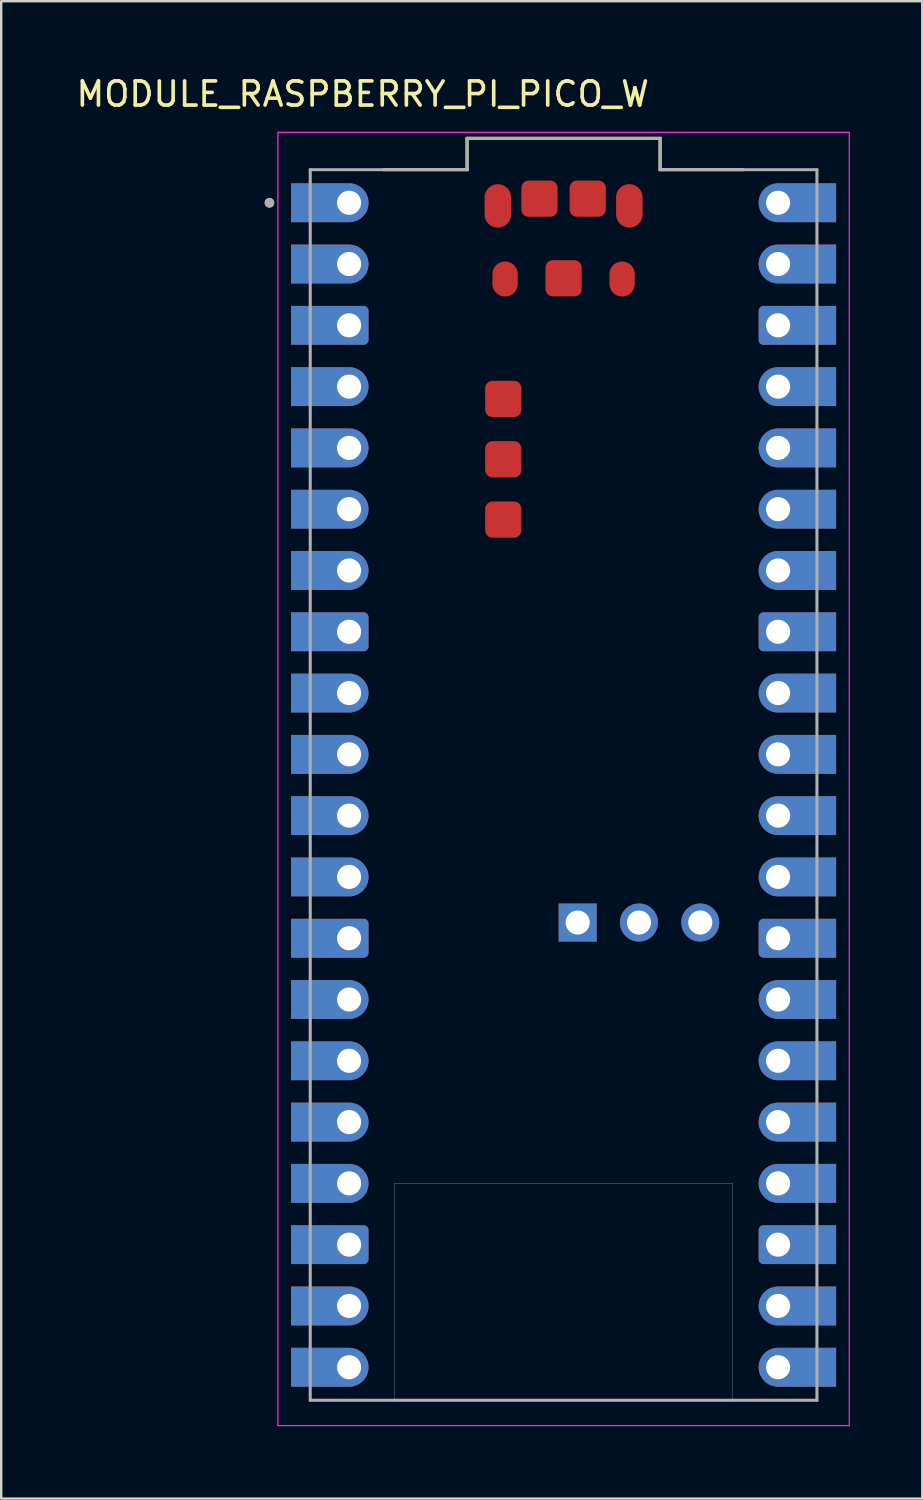
<source format=kicad_pcb>
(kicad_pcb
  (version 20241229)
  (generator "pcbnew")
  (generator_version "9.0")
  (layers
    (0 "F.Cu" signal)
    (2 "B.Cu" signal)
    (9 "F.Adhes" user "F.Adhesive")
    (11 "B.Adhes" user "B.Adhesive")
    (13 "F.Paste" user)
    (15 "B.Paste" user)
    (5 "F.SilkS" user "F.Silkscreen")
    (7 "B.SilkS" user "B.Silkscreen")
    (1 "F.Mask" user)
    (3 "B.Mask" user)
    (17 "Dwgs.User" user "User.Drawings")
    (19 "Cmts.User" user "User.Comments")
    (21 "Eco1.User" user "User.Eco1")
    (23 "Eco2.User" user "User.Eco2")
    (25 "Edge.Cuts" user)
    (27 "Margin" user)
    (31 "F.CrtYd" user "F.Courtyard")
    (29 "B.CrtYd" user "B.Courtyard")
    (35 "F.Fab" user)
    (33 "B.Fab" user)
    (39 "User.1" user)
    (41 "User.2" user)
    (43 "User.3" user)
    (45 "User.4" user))
  (footprint "MODULE_RASPBERRY_PI_PICO_W"
    (layer "F.Cu")
    (at 20.307 29.483)
    (property "Reference" "MODULE_RASPBERRY_PI_PICO_W" (at -8.325 -28.635 0) (layer "F.SilkS") (effects (font (size 1 1) (thickness 0.15))))
    (attr smd)
    (fp_poly (pts (xy -11.39 -23.23) (xy -11.39 -25.03) (xy -8.89 -25.03) (xy -8.843 -25.029) (xy -8.796 -25.025) (xy -8.749 -25.019) (xy -8.703 -25.01) (xy -8.657 -24.999) (xy -8.612 -24.986) (xy -8.567 -24.97) (xy -8.524 -24.952) (xy -8.481 -24.932) (xy -8.44 -24.909) (xy -8.4 -24.885) (xy -8.361 -24.858) (xy -8.324 -24.829) (xy -8.288 -24.799) (xy -8.254 -24.766) (xy -8.221 -24.732) (xy -8.191 -24.696) (xy -8.162 -24.659) (xy -8.135 -24.62) (xy -8.111 -24.58) (xy -8.088 -24.539) (xy -8.068 -24.496) (xy -8.05 -24.453) (xy -8.034 -24.408) (xy -8.021 -24.363) (xy -8.01 -24.317) (xy -8.001 -24.271) (xy -7.995 -24.224) (xy -7.991 -24.177) (xy -7.99 -24.13) (xy -7.991 -24.083) (xy -7.995 -24.036) (xy -8.001 -23.989) (xy -8.01 -23.943) (xy -8.021 -23.897) (xy -8.034 -23.852) (xy -8.05 -23.807) (xy -8.068 -23.764) (xy -8.088 -23.721) (xy -8.111 -23.68) (xy -8.135 -23.64) (xy -8.162 -23.601) (xy -8.191 -23.564) (xy -8.221 -23.528) (xy -8.254 -23.494) (xy -8.288 -23.461) (xy -8.324 -23.431) (xy -8.361 -23.402) (xy -8.4 -23.375) (xy -8.44 -23.351) (xy -8.481 -23.328) (xy -8.524 -23.308) (xy -8.567 -23.29) (xy -8.612 -23.274) (xy -8.657 -23.261) (xy -8.703 -23.25) (xy -8.749 -23.241) (xy -8.796 -23.235) (xy -8.843 -23.231) (xy -8.89 -23.23) (xy -11.39 -23.23)) (stroke (width 0.01) (type solid)) (fill yes) (layer "F.Mask"))
    (fp_poly (pts (xy -11.39 -20.69) (xy -11.39 -22.49) (xy -8.89 -22.49) (xy -8.843 -22.489) (xy -8.796 -22.485) (xy -8.749 -22.479) (xy -8.703 -22.47) (xy -8.657 -22.459) (xy -8.612 -22.446) (xy -8.567 -22.43) (xy -8.524 -22.412) (xy -8.481 -22.392) (xy -8.44 -22.369) (xy -8.4 -22.345) (xy -8.361 -22.318) (xy -8.324 -22.289) (xy -8.288 -22.259) (xy -8.254 -22.226) (xy -8.221 -22.192) (xy -8.191 -22.156) (xy -8.162 -22.119) (xy -8.135 -22.08) (xy -8.111 -22.04) (xy -8.088 -21.999) (xy -8.068 -21.956) (xy -8.05 -21.913) (xy -8.034 -21.868) (xy -8.021 -21.823) (xy -8.01 -21.777) (xy -8.001 -21.731) (xy -7.995 -21.684) (xy -7.991 -21.637) (xy -7.99 -21.59) (xy -7.991 -21.543) (xy -7.995 -21.496) (xy -8.001 -21.449) (xy -8.01 -21.403) (xy -8.021 -21.357) (xy -8.034 -21.312) (xy -8.05 -21.267) (xy -8.068 -21.224) (xy -8.088 -21.181) (xy -8.111 -21.14) (xy -8.135 -21.1) (xy -8.162 -21.061) (xy -8.191 -21.024) (xy -8.221 -20.988) (xy -8.254 -20.954) (xy -8.288 -20.921) (xy -8.324 -20.891) (xy -8.361 -20.862) (xy -8.4 -20.835) (xy -8.44 -20.811) (xy -8.481 -20.788) (xy -8.524 -20.768) (xy -8.567 -20.75) (xy -8.612 -20.734) (xy -8.657 -20.721) (xy -8.703 -20.71) (xy -8.749 -20.701) (xy -8.796 -20.695) (xy -8.843 -20.691) (xy -8.89 -20.69) (xy -11.39 -20.69)) (stroke (width 0.01) (type solid)) (fill yes) (layer "F.Mask"))
    (fp_poly (pts (xy -11.39 -15.61) (xy -11.39 -17.41) (xy -8.89 -17.41) (xy -8.843 -17.409) (xy -8.796 -17.405) (xy -8.749 -17.399) (xy -8.703 -17.39) (xy -8.657 -17.379) (xy -8.612 -17.366) (xy -8.567 -17.35) (xy -8.524 -17.332) (xy -8.481 -17.312) (xy -8.44 -17.289) (xy -8.4 -17.265) (xy -8.361 -17.238) (xy -8.324 -17.209) (xy -8.288 -17.179) (xy -8.254 -17.146) (xy -8.221 -17.112) (xy -8.191 -17.076) (xy -8.162 -17.039) (xy -8.135 -17) (xy -8.111 -16.96) (xy -8.088 -16.919) (xy -8.068 -16.876) (xy -8.05 -16.833) (xy -8.034 -16.788) (xy -8.021 -16.743) (xy -8.01 -16.697) (xy -8.001 -16.651) (xy -7.995 -16.604) (xy -7.991 -16.557) (xy -7.99 -16.51) (xy -7.991 -16.463) (xy -7.995 -16.416) (xy -8.001 -16.369) (xy -8.01 -16.323) (xy -8.021 -16.277) (xy -8.034 -16.232) (xy -8.05 -16.187) (xy -8.068 -16.144) (xy -8.088 -16.101) (xy -8.111 -16.06) (xy -8.135 -16.02) (xy -8.162 -15.981) (xy -8.191 -15.944) (xy -8.221 -15.908) (xy -8.254 -15.874) (xy -8.288 -15.841) (xy -8.324 -15.811) (xy -8.361 -15.782) (xy -8.4 -15.755) (xy -8.44 -15.731) (xy -8.481 -15.708) (xy -8.524 -15.688) (xy -8.567 -15.67) (xy -8.612 -15.654) (xy -8.657 -15.641) (xy -8.703 -15.63) (xy -8.749 -15.621) (xy -8.796 -15.615) (xy -8.843 -15.611) (xy -8.89 -15.61) (xy -11.39 -15.61)) (stroke (width 0.01) (type solid)) (fill yes) (layer "F.Mask"))
    (fp_poly (pts (xy -11.39 -13.07) (xy -11.39 -14.87) (xy -8.89 -14.87) (xy -8.843 -14.869) (xy -8.796 -14.865) (xy -8.749 -14.859) (xy -8.703 -14.85) (xy -8.657 -14.839) (xy -8.612 -14.826) (xy -8.567 -14.81) (xy -8.524 -14.792) (xy -8.481 -14.772) (xy -8.44 -14.749) (xy -8.4 -14.725) (xy -8.361 -14.698) (xy -8.324 -14.669) (xy -8.288 -14.639) (xy -8.254 -14.606) (xy -8.221 -14.572) (xy -8.191 -14.536) (xy -8.162 -14.499) (xy -8.135 -14.46) (xy -8.111 -14.42) (xy -8.088 -14.379) (xy -8.068 -14.336) (xy -8.05 -14.293) (xy -8.034 -14.248) (xy -8.021 -14.203) (xy -8.01 -14.157) (xy -8.001 -14.111) (xy -7.995 -14.064) (xy -7.991 -14.017) (xy -7.99 -13.97) (xy -7.991 -13.923) (xy -7.995 -13.876) (xy -8.001 -13.829) (xy -8.01 -13.783) (xy -8.021 -13.737) (xy -8.034 -13.692) (xy -8.05 -13.647) (xy -8.068 -13.604) (xy -8.088 -13.561) (xy -8.111 -13.52) (xy -8.135 -13.48) (xy -8.162 -13.441) (xy -8.191 -13.404) (xy -8.221 -13.368) (xy -8.254 -13.334) (xy -8.288 -13.301) (xy -8.324 -13.271) (xy -8.361 -13.242) (xy -8.4 -13.215) (xy -8.44 -13.191) (xy -8.481 -13.168) (xy -8.524 -13.148) (xy -8.567 -13.13) (xy -8.612 -13.114) (xy -8.657 -13.101) (xy -8.703 -13.09) (xy -8.749 -13.081) (xy -8.796 -13.075) (xy -8.843 -13.071) (xy -8.89 -13.07) (xy -11.39 -13.07)) (stroke (width 0.01) (type solid)) (fill yes) (layer "F.Mask"))
    (fp_poly (pts (xy -11.39 -10.53) (xy -11.39 -12.33) (xy -8.89 -12.33) (xy -8.843 -12.329) (xy -8.796 -12.325) (xy -8.749 -12.319) (xy -8.703 -12.31) (xy -8.657 -12.299) (xy -8.612 -12.286) (xy -8.567 -12.27) (xy -8.524 -12.252) (xy -8.481 -12.232) (xy -8.44 -12.209) (xy -8.4 -12.185) (xy -8.361 -12.158) (xy -8.324 -12.129) (xy -8.288 -12.099) (xy -8.254 -12.066) (xy -8.221 -12.032) (xy -8.191 -11.996) (xy -8.162 -11.959) (xy -8.135 -11.92) (xy -8.111 -11.88) (xy -8.088 -11.839) (xy -8.068 -11.796) (xy -8.05 -11.753) (xy -8.034 -11.708) (xy -8.021 -11.663) (xy -8.01 -11.617) (xy -8.001 -11.571) (xy -7.995 -11.524) (xy -7.991 -11.477) (xy -7.99 -11.43) (xy -7.991 -11.383) (xy -7.995 -11.336) (xy -8.001 -11.289) (xy -8.01 -11.243) (xy -8.021 -11.197) (xy -8.034 -11.152) (xy -8.05 -11.107) (xy -8.068 -11.064) (xy -8.088 -11.021) (xy -8.111 -10.98) (xy -8.135 -10.94) (xy -8.162 -10.901) (xy -8.191 -10.864) (xy -8.221 -10.828) (xy -8.254 -10.794) (xy -8.288 -10.761) (xy -8.324 -10.731) (xy -8.361 -10.702) (xy -8.4 -10.675) (xy -8.44 -10.651) (xy -8.481 -10.628) (xy -8.524 -10.608) (xy -8.567 -10.59) (xy -8.612 -10.574) (xy -8.657 -10.561) (xy -8.703 -10.55) (xy -8.749 -10.541) (xy -8.796 -10.535) (xy -8.843 -10.531) (xy -8.89 -10.53) (xy -11.39 -10.53)) (stroke (width 0.01) (type solid)) (fill yes) (layer "F.Mask"))
    (fp_poly (pts (xy -11.39 -7.99) (xy -11.39 -9.79) (xy -8.89 -9.79) (xy -8.843 -9.789) (xy -8.796 -9.785) (xy -8.749 -9.779) (xy -8.703 -9.77) (xy -8.657 -9.759) (xy -8.612 -9.746) (xy -8.567 -9.73) (xy -8.524 -9.712) (xy -8.481 -9.692) (xy -8.44 -9.669) (xy -8.4 -9.645) (xy -8.361 -9.618) (xy -8.324 -9.589) (xy -8.288 -9.559) (xy -8.254 -9.526) (xy -8.221 -9.492) (xy -8.191 -9.456) (xy -8.162 -9.419) (xy -8.135 -9.38) (xy -8.111 -9.34) (xy -8.088 -9.299) (xy -8.068 -9.256) (xy -8.05 -9.213) (xy -8.034 -9.168) (xy -8.021 -9.123) (xy -8.01 -9.077) (xy -8.001 -9.031) (xy -7.995 -8.984) (xy -7.991 -8.937) (xy -7.99 -8.89) (xy -7.991 -8.843) (xy -7.995 -8.796) (xy -8.001 -8.749) (xy -8.01 -8.703) (xy -8.021 -8.657) (xy -8.034 -8.612) (xy -8.05 -8.567) (xy -8.068 -8.524) (xy -8.088 -8.481) (xy -8.111 -8.44) (xy -8.135 -8.4) (xy -8.162 -8.361) (xy -8.191 -8.324) (xy -8.221 -8.288) (xy -8.254 -8.254) (xy -8.288 -8.221) (xy -8.324 -8.191) (xy -8.361 -8.162) (xy -8.4 -8.135) (xy -8.44 -8.111) (xy -8.481 -8.088) (xy -8.524 -8.068) (xy -8.567 -8.05) (xy -8.612 -8.034) (xy -8.657 -8.021) (xy -8.703 -8.01) (xy -8.749 -8.001) (xy -8.796 -7.995) (xy -8.843 -7.991) (xy -8.89 -7.99) (xy -11.39 -7.99)) (stroke (width 0.01) (type solid)) (fill yes) (layer "F.Mask"))
    (fp_poly (pts (xy -11.39 -2.91) (xy -11.39 -4.71) (xy -8.89 -4.71) (xy -8.843 -4.709) (xy -8.796 -4.705) (xy -8.749 -4.699) (xy -8.703 -4.69) (xy -8.657 -4.679) (xy -8.612 -4.666) (xy -8.567 -4.65) (xy -8.524 -4.632) (xy -8.481 -4.612) (xy -8.44 -4.589) (xy -8.4 -4.565) (xy -8.361 -4.538) (xy -8.324 -4.509) (xy -8.288 -4.479) (xy -8.254 -4.446) (xy -8.221 -4.412) (xy -8.191 -4.376) (xy -8.162 -4.339) (xy -8.135 -4.3) (xy -8.111 -4.26) (xy -8.088 -4.219) (xy -8.068 -4.176) (xy -8.05 -4.133) (xy -8.034 -4.088) (xy -8.021 -4.043) (xy -8.01 -3.997) (xy -8.001 -3.951) (xy -7.995 -3.904) (xy -7.991 -3.857) (xy -7.99 -3.81) (xy -7.991 -3.763) (xy -7.995 -3.716) (xy -8.001 -3.669) (xy -8.01 -3.623) (xy -8.021 -3.577) (xy -8.034 -3.532) (xy -8.05 -3.487) (xy -8.068 -3.444) (xy -8.088 -3.401) (xy -8.111 -3.36) (xy -8.135 -3.32) (xy -8.162 -3.281) (xy -8.191 -3.244) (xy -8.221 -3.208) (xy -8.254 -3.174) (xy -8.288 -3.141) (xy -8.324 -3.111) (xy -8.361 -3.082) (xy -8.4 -3.055) (xy -8.44 -3.031) (xy -8.481 -3.008) (xy -8.524 -2.988) (xy -8.567 -2.97) (xy -8.612 -2.954) (xy -8.657 -2.941) (xy -8.703 -2.93) (xy -8.749 -2.921) (xy -8.796 -2.915) (xy -8.843 -2.911) (xy -8.89 -2.91) (xy -11.39 -2.91)) (stroke (width 0.01) (type solid)) (fill yes) (layer "F.Mask"))
    (fp_poly (pts (xy -11.39 -0.37) (xy -11.39 -2.17) (xy -8.89 -2.17) (xy -8.843 -2.169) (xy -8.796 -2.165) (xy -8.749 -2.159) (xy -8.703 -2.15) (xy -8.657 -2.139) (xy -8.612 -2.126) (xy -8.567 -2.11) (xy -8.524 -2.092) (xy -8.481 -2.072) (xy -8.44 -2.049) (xy -8.4 -2.025) (xy -8.361 -1.998) (xy -8.324 -1.969) (xy -8.288 -1.939) (xy -8.254 -1.906) (xy -8.221 -1.872) (xy -8.191 -1.836) (xy -8.162 -1.799) (xy -8.135 -1.76) (xy -8.111 -1.72) (xy -8.088 -1.679) (xy -8.068 -1.636) (xy -8.05 -1.593) (xy -8.034 -1.548) (xy -8.021 -1.503) (xy -8.01 -1.457) (xy -8.001 -1.411) (xy -7.995 -1.364) (xy -7.991 -1.317) (xy -7.99 -1.27) (xy -7.991 -1.223) (xy -7.995 -1.176) (xy -8.001 -1.129) (xy -8.01 -1.083) (xy -8.021 -1.037) (xy -8.034 -0.992) (xy -8.05 -0.947) (xy -8.068 -0.904) (xy -8.088 -0.861) (xy -8.111 -0.82) (xy -8.135 -0.78) (xy -8.162 -0.741) (xy -8.191 -0.704) (xy -8.221 -0.668) (xy -8.254 -0.634) (xy -8.288 -0.601) (xy -8.324 -0.571) (xy -8.361 -0.542) (xy -8.4 -0.515) (xy -8.44 -0.491) (xy -8.481 -0.468) (xy -8.524 -0.448) (xy -8.567 -0.43) (xy -8.612 -0.414) (xy -8.657 -0.401) (xy -8.703 -0.39) (xy -8.749 -0.381) (xy -8.796 -0.375) (xy -8.843 -0.371) (xy -8.89 -0.37) (xy -11.39 -0.37)) (stroke (width 0.01) (type solid)) (fill yes) (layer "F.Mask"))
    (fp_poly (pts (xy -11.39 2.17) (xy -11.39 0.37) (xy -8.89 0.37) (xy -8.843 0.371) (xy -8.796 0.375) (xy -8.749 0.381) (xy -8.703 0.39) (xy -8.657 0.401) (xy -8.612 0.414) (xy -8.567 0.43) (xy -8.524 0.448) (xy -8.481 0.468) (xy -8.44 0.491) (xy -8.4 0.515) (xy -8.361 0.542) (xy -8.324 0.571) (xy -8.288 0.601) (xy -8.254 0.634) (xy -8.221 0.668) (xy -8.191 0.704) (xy -8.162 0.741) (xy -8.135 0.78) (xy -8.111 0.82) (xy -8.088 0.861) (xy -8.068 0.904) (xy -8.05 0.947) (xy -8.034 0.992) (xy -8.021 1.037) (xy -8.01 1.083) (xy -8.001 1.129) (xy -7.995 1.176) (xy -7.991 1.223) (xy -7.99 1.27) (xy -7.991 1.317) (xy -7.995 1.364) (xy -8.001 1.411) (xy -8.01 1.457) (xy -8.021 1.503) (xy -8.034 1.548) (xy -8.05 1.593) (xy -8.068 1.636) (xy -8.088 1.679) (xy -8.111 1.72) (xy -8.135 1.76) (xy -8.162 1.799) (xy -8.191 1.836) (xy -8.221 1.872) (xy -8.254 1.906) (xy -8.288 1.939) (xy -8.324 1.969) (xy -8.361 1.998) (xy -8.4 2.025) (xy -8.44 2.049) (xy -8.481 2.072) (xy -8.524 2.092) (xy -8.567 2.11) (xy -8.612 2.126) (xy -8.657 2.139) (xy -8.703 2.15) (xy -8.749 2.159) (xy -8.796 2.165) (xy -8.843 2.169) (xy -8.89 2.17) (xy -11.39 2.17)) (stroke (width 0.01) (type solid)) (fill yes) (layer "F.Mask"))
    (fp_poly (pts (xy -11.39 4.71) (xy -11.39 2.91) (xy -8.89 2.91) (xy -8.843 2.911) (xy -8.796 2.915) (xy -8.749 2.921) (xy -8.703 2.93) (xy -8.657 2.941) (xy -8.612 2.954) (xy -8.567 2.97) (xy -8.524 2.988) (xy -8.481 3.008) (xy -8.44 3.031) (xy -8.4 3.055) (xy -8.361 3.082) (xy -8.324 3.111) (xy -8.288 3.141) (xy -8.254 3.174) (xy -8.221 3.208) (xy -8.191 3.244) (xy -8.162 3.281) (xy -8.135 3.32) (xy -8.111 3.36) (xy -8.088 3.401) (xy -8.068 3.444) (xy -8.05 3.487) (xy -8.034 3.532) (xy -8.021 3.577) (xy -8.01 3.623) (xy -8.001 3.669) (xy -7.995 3.716) (xy -7.991 3.763) (xy -7.99 3.81) (xy -7.991 3.857) (xy -7.995 3.904) (xy -8.001 3.951) (xy -8.01 3.997) (xy -8.021 4.043) (xy -8.034 4.088) (xy -8.05 4.133) (xy -8.068 4.176) (xy -8.088 4.219) (xy -8.111 4.26) (xy -8.135 4.3) (xy -8.162 4.339) (xy -8.191 4.376) (xy -8.221 4.412) (xy -8.254 4.446) (xy -8.288 4.479) (xy -8.324 4.509) (xy -8.361 4.538) (xy -8.4 4.565) (xy -8.44 4.589) (xy -8.481 4.612) (xy -8.524 4.632) (xy -8.567 4.65) (xy -8.612 4.666) (xy -8.657 4.679) (xy -8.703 4.69) (xy -8.749 4.699) (xy -8.796 4.705) (xy -8.843 4.709) (xy -8.89 4.71) (xy -11.39 4.71)) (stroke (width 0.01) (type solid)) (fill yes) (layer "F.Mask"))
    (fp_poly (pts (xy -11.39 9.79) (xy -11.39 7.99) (xy -8.89 7.99) (xy -8.843 7.991) (xy -8.796 7.995) (xy -8.749 8.001) (xy -8.703 8.01) (xy -8.657 8.021) (xy -8.612 8.034) (xy -8.567 8.05) (xy -8.524 8.068) (xy -8.481 8.088) (xy -8.44 8.111) (xy -8.4 8.135) (xy -8.361 8.162) (xy -8.324 8.191) (xy -8.288 8.221) (xy -8.254 8.254) (xy -8.221 8.288) (xy -8.191 8.324) (xy -8.162 8.361) (xy -8.135 8.4) (xy -8.111 8.44) (xy -8.088 8.481) (xy -8.068 8.524) (xy -8.05 8.567) (xy -8.034 8.612) (xy -8.021 8.657) (xy -8.01 8.703) (xy -8.001 8.749) (xy -7.995 8.796) (xy -7.991 8.843) (xy -7.99 8.89) (xy -7.991 8.937) (xy -7.995 8.984) (xy -8.001 9.031) (xy -8.01 9.077) (xy -8.021 9.123) (xy -8.034 9.168) (xy -8.05 9.213) (xy -8.068 9.256) (xy -8.088 9.299) (xy -8.111 9.34) (xy -8.135 9.38) (xy -8.162 9.419) (xy -8.191 9.456) (xy -8.221 9.492) (xy -8.254 9.526) (xy -8.288 9.559) (xy -8.324 9.589) (xy -8.361 9.618) (xy -8.4 9.645) (xy -8.44 9.669) (xy -8.481 9.692) (xy -8.524 9.712) (xy -8.567 9.73) (xy -8.612 9.746) (xy -8.657 9.759) (xy -8.703 9.77) (xy -8.749 9.779) (xy -8.796 9.785) (xy -8.843 9.789) (xy -8.89 9.79) (xy -11.39 9.79)) (stroke (width 0.01) (type solid)) (fill yes) (layer "F.Mask"))
    (fp_poly (pts (xy -11.39 12.33) (xy -11.39 10.53) (xy -8.89 10.53) (xy -8.843 10.531) (xy -8.796 10.535) (xy -8.749 10.541) (xy -8.703 10.55) (xy -8.657 10.561) (xy -8.612 10.574) (xy -8.567 10.59) (xy -8.524 10.608) (xy -8.481 10.628) (xy -8.44 10.651) (xy -8.4 10.675) (xy -8.361 10.702) (xy -8.324 10.731) (xy -8.288 10.761) (xy -8.254 10.794) (xy -8.221 10.828) (xy -8.191 10.864) (xy -8.162 10.901) (xy -8.135 10.94) (xy -8.111 10.98) (xy -8.088 11.021) (xy -8.068 11.064) (xy -8.05 11.107) (xy -8.034 11.152) (xy -8.021 11.197) (xy -8.01 11.243) (xy -8.001 11.289) (xy -7.995 11.336) (xy -7.991 11.383) (xy -7.99 11.43) (xy -7.991 11.477) (xy -7.995 11.524) (xy -8.001 11.571) (xy -8.01 11.617) (xy -8.021 11.663) (xy -8.034 11.708) (xy -8.05 11.753) (xy -8.068 11.796) (xy -8.088 11.839) (xy -8.111 11.88) (xy -8.135 11.92) (xy -8.162 11.959) (xy -8.191 11.996) (xy -8.221 12.032) (xy -8.254 12.066) (xy -8.288 12.099) (xy -8.324 12.129) (xy -8.361 12.158) (xy -8.4 12.185) (xy -8.44 12.209) (xy -8.481 12.232) (xy -8.524 12.252) (xy -8.567 12.27) (xy -8.612 12.286) (xy -8.657 12.299) (xy -8.703 12.31) (xy -8.749 12.319) (xy -8.796 12.325) (xy -8.843 12.329) (xy -8.89 12.33) (xy -11.39 12.33)) (stroke (width 0.01) (type solid)) (fill yes) (layer "F.Mask"))
    (fp_poly (pts (xy -11.39 14.87) (xy -11.39 13.07) (xy -8.89 13.07) (xy -8.843 13.071) (xy -8.796 13.075) (xy -8.749 13.081) (xy -8.703 13.09) (xy -8.657 13.101) (xy -8.612 13.114) (xy -8.567 13.13) (xy -8.524 13.148) (xy -8.481 13.168) (xy -8.44 13.191) (xy -8.4 13.215) (xy -8.361 13.242) (xy -8.324 13.271) (xy -8.288 13.301) (xy -8.254 13.334) (xy -8.221 13.368) (xy -8.191 13.404) (xy -8.162 13.441) (xy -8.135 13.48) (xy -8.111 13.52) (xy -8.088 13.561) (xy -8.068 13.604) (xy -8.05 13.647) (xy -8.034 13.692) (xy -8.021 13.737) (xy -8.01 13.783) (xy -8.001 13.829) (xy -7.995 13.876) (xy -7.991 13.923) (xy -7.99 13.97) (xy -7.991 14.017) (xy -7.995 14.064) (xy -8.001 14.111) (xy -8.01 14.157) (xy -8.021 14.203) (xy -8.034 14.248) (xy -8.05 14.293) (xy -8.068 14.336) (xy -8.088 14.379) (xy -8.111 14.42) (xy -8.135 14.46) (xy -8.162 14.499) (xy -8.191 14.536) (xy -8.221 14.572) (xy -8.254 14.606) (xy -8.288 14.639) (xy -8.324 14.669) (xy -8.361 14.698) (xy -8.4 14.725) (xy -8.44 14.749) (xy -8.481 14.772) (xy -8.524 14.792) (xy -8.567 14.81) (xy -8.612 14.826) (xy -8.657 14.839) (xy -8.703 14.85) (xy -8.749 14.859) (xy -8.796 14.865) (xy -8.843 14.869) (xy -8.89 14.87) (xy -11.39 14.87)) (stroke (width 0.01) (type solid)) (fill yes) (layer "F.Mask"))
    (fp_poly (pts (xy -11.39 17.41) (xy -11.39 15.61) (xy -8.89 15.61) (xy -8.843 15.611) (xy -8.796 15.615) (xy -8.749 15.621) (xy -8.703 15.63) (xy -8.657 15.641) (xy -8.612 15.654) (xy -8.567 15.67) (xy -8.524 15.688) (xy -8.481 15.708) (xy -8.44 15.731) (xy -8.4 15.755) (xy -8.361 15.782) (xy -8.324 15.811) (xy -8.288 15.841) (xy -8.254 15.874) (xy -8.221 15.908) (xy -8.191 15.944) (xy -8.162 15.981) (xy -8.135 16.02) (xy -8.111 16.06) (xy -8.088 16.101) (xy -8.068 16.144) (xy -8.05 16.187) (xy -8.034 16.232) (xy -8.021 16.277) (xy -8.01 16.323) (xy -8.001 16.369) (xy -7.995 16.416) (xy -7.991 16.463) (xy -7.99 16.51) (xy -7.991 16.557) (xy -7.995 16.604) (xy -8.001 16.651) (xy -8.01 16.697) (xy -8.021 16.743) (xy -8.034 16.788) (xy -8.05 16.833) (xy -8.068 16.876) (xy -8.088 16.919) (xy -8.111 16.96) (xy -8.135 17) (xy -8.162 17.039) (xy -8.191 17.076) (xy -8.221 17.112) (xy -8.254 17.146) (xy -8.288 17.179) (xy -8.324 17.209) (xy -8.361 17.238) (xy -8.4 17.265) (xy -8.44 17.289) (xy -8.481 17.312) (xy -8.524 17.332) (xy -8.567 17.35) (xy -8.612 17.366) (xy -8.657 17.379) (xy -8.703 17.39) (xy -8.749 17.399) (xy -8.796 17.405) (xy -8.843 17.409) (xy -8.89 17.41) (xy -11.39 17.41)) (stroke (width 0.01) (type solid)) (fill yes) (layer "F.Mask"))
    (fp_poly (pts (xy -11.39 22.49) (xy -11.39 20.69) (xy -8.89 20.69) (xy -8.843 20.691) (xy -8.796 20.695) (xy -8.749 20.701) (xy -8.703 20.71) (xy -8.657 20.721) (xy -8.612 20.734) (xy -8.567 20.75) (xy -8.524 20.768) (xy -8.481 20.788) (xy -8.44 20.811) (xy -8.4 20.835) (xy -8.361 20.862) (xy -8.324 20.891) (xy -8.288 20.921) (xy -8.254 20.954) (xy -8.221 20.988) (xy -8.191 21.024) (xy -8.162 21.061) (xy -8.135 21.1) (xy -8.111 21.14) (xy -8.088 21.181) (xy -8.068 21.224) (xy -8.05 21.267) (xy -8.034 21.312) (xy -8.021 21.357) (xy -8.01 21.403) (xy -8.001 21.449) (xy -7.995 21.496) (xy -7.991 21.543) (xy -7.99 21.59) (xy -7.991 21.637) (xy -7.995 21.684) (xy -8.001 21.731) (xy -8.01 21.777) (xy -8.021 21.823) (xy -8.034 21.868) (xy -8.05 21.913) (xy -8.068 21.956) (xy -8.088 21.999) (xy -8.111 22.04) (xy -8.135 22.08) (xy -8.162 22.119) (xy -8.191 22.156) (xy -8.221 22.192) (xy -8.254 22.226) (xy -8.288 22.259) (xy -8.324 22.289) (xy -8.361 22.318) (xy -8.4 22.345) (xy -8.44 22.369) (xy -8.481 22.392) (xy -8.524 22.412) (xy -8.567 22.43) (xy -8.612 22.446) (xy -8.657 22.459) (xy -8.703 22.47) (xy -8.749 22.479) (xy -8.796 22.485) (xy -8.843 22.489) (xy -8.89 22.49) (xy -11.39 22.49)) (stroke (width 0.01) (type solid)) (fill yes) (layer "F.Mask"))
    (fp_poly (pts (xy -11.39 25.03) (xy -11.39 23.23) (xy -8.89 23.23) (xy -8.843 23.231) (xy -8.796 23.235) (xy -8.749 23.241) (xy -8.703 23.25) (xy -8.657 23.261) (xy -8.612 23.274) (xy -8.567 23.29) (xy -8.524 23.308) (xy -8.481 23.328) (xy -8.44 23.351) (xy -8.4 23.375) (xy -8.361 23.402) (xy -8.324 23.431) (xy -8.288 23.461) (xy -8.254 23.494) (xy -8.221 23.528) (xy -8.191 23.564) (xy -8.162 23.601) (xy -8.135 23.64) (xy -8.111 23.68) (xy -8.088 23.721) (xy -8.068 23.764) (xy -8.05 23.807) (xy -8.034 23.852) (xy -8.021 23.897) (xy -8.01 23.943) (xy -8.001 23.989) (xy -7.995 24.036) (xy -7.991 24.083) (xy -7.99 24.13) (xy -7.991 24.177) (xy -7.995 24.224) (xy -8.001 24.271) (xy -8.01 24.317) (xy -8.021 24.363) (xy -8.034 24.408) (xy -8.05 24.453) (xy -8.068 24.496) (xy -8.088 24.539) (xy -8.111 24.58) (xy -8.135 24.62) (xy -8.162 24.659) (xy -8.191 24.696) (xy -8.221 24.732) (xy -8.254 24.766) (xy -8.288 24.799) (xy -8.324 24.829) (xy -8.361 24.858) (xy -8.4 24.885) (xy -8.44 24.909) (xy -8.481 24.932) (xy -8.524 24.952) (xy -8.567 24.97) (xy -8.612 24.986) (xy -8.657 24.999) (xy -8.703 25.01) (xy -8.749 25.019) (xy -8.796 25.025) (xy -8.843 25.029) (xy -8.89 25.03) (xy -11.39 25.03)) (stroke (width 0.01) (type solid)) (fill yes) (layer "F.Mask"))
    (fp_poly (pts (xy 11.39 -23.23) (xy 11.39 -25.03) (xy 8.89 -25.03) (xy 8.843 -25.029) (xy 8.796 -25.025) (xy 8.749 -25.019) (xy 8.703 -25.01) (xy 8.657 -24.999) (xy 8.612 -24.986) (xy 8.567 -24.97) (xy 8.524 -24.952) (xy 8.481 -24.932) (xy 8.44 -24.909) (xy 8.4 -24.885) (xy 8.361 -24.858) (xy 8.324 -24.829) (xy 8.288 -24.799) (xy 8.254 -24.766) (xy 8.221 -24.732) (xy 8.191 -24.696) (xy 8.162 -24.659) (xy 8.135 -24.62) (xy 8.111 -24.58) (xy 8.088 -24.539) (xy 8.068 -24.496) (xy 8.05 -24.453) (xy 8.034 -24.408) (xy 8.021 -24.363) (xy 8.01 -24.317) (xy 8.001 -24.271) (xy 7.995 -24.224) (xy 7.991 -24.177) (xy 7.99 -24.13) (xy 7.991 -24.083) (xy 7.995 -24.036) (xy 8.001 -23.989) (xy 8.01 -23.943) (xy 8.021 -23.897) (xy 8.034 -23.852) (xy 8.05 -23.807) (xy 8.068 -23.764) (xy 8.088 -23.721) (xy 8.111 -23.68) (xy 8.135 -23.64) (xy 8.162 -23.601) (xy 8.191 -23.564) (xy 8.221 -23.528) (xy 8.254 -23.494) (xy 8.288 -23.461) (xy 8.324 -23.431) (xy 8.361 -23.402) (xy 8.4 -23.375) (xy 8.44 -23.351) (xy 8.481 -23.328) (xy 8.524 -23.308) (xy 8.567 -23.29) (xy 8.612 -23.274) (xy 8.657 -23.261) (xy 8.703 -23.25) (xy 8.749 -23.241) (xy 8.796 -23.235) (xy 8.843 -23.231) (xy 8.89 -23.23) (xy 11.39 -23.23)) (stroke (width 0.01) (type solid)) (fill yes) (layer "F.Mask"))
    (fp_poly (pts (xy 11.39 -20.69) (xy 11.39 -22.49) (xy 8.89 -22.49) (xy 8.843 -22.489) (xy 8.796 -22.485) (xy 8.749 -22.479) (xy 8.703 -22.47) (xy 8.657 -22.459) (xy 8.612 -22.446) (xy 8.567 -22.43) (xy 8.524 -22.412) (xy 8.481 -22.392) (xy 8.44 -22.369) (xy 8.4 -22.345) (xy 8.361 -22.318) (xy 8.324 -22.289) (xy 8.288 -22.259) (xy 8.254 -22.226) (xy 8.221 -22.192) (xy 8.191 -22.156) (xy 8.162 -22.119) (xy 8.135 -22.08) (xy 8.111 -22.04) (xy 8.088 -21.999) (xy 8.068 -21.956) (xy 8.05 -21.913) (xy 8.034 -21.868) (xy 8.021 -21.823) (xy 8.01 -21.777) (xy 8.001 -21.731) (xy 7.995 -21.684) (xy 7.991 -21.637) (xy 7.99 -21.59) (xy 7.991 -21.543) (xy 7.995 -21.496) (xy 8.001 -21.449) (xy 8.01 -21.403) (xy 8.021 -21.357) (xy 8.034 -21.312) (xy 8.05 -21.267) (xy 8.068 -21.224) (xy 8.088 -21.181) (xy 8.111 -21.14) (xy 8.135 -21.1) (xy 8.162 -21.061) (xy 8.191 -21.024) (xy 8.221 -20.988) (xy 8.254 -20.954) (xy 8.288 -20.921) (xy 8.324 -20.891) (xy 8.361 -20.862) (xy 8.4 -20.835) (xy 8.44 -20.811) (xy 8.481 -20.788) (xy 8.524 -20.768) (xy 8.567 -20.75) (xy 8.612 -20.734) (xy 8.657 -20.721) (xy 8.703 -20.71) (xy 8.749 -20.701) (xy 8.796 -20.695) (xy 8.843 -20.691) (xy 8.89 -20.69) (xy 11.39 -20.69)) (stroke (width 0.01) (type solid)) (fill yes) (layer "F.Mask"))
    (fp_poly (pts (xy 11.39 -15.61) (xy 11.39 -17.41) (xy 8.89 -17.41) (xy 8.843 -17.409) (xy 8.796 -17.405) (xy 8.749 -17.399) (xy 8.703 -17.39) (xy 8.657 -17.379) (xy 8.612 -17.366) (xy 8.567 -17.35) (xy 8.524 -17.332) (xy 8.481 -17.312) (xy 8.44 -17.289) (xy 8.4 -17.265) (xy 8.361 -17.238) (xy 8.324 -17.209) (xy 8.288 -17.179) (xy 8.254 -17.146) (xy 8.221 -17.112) (xy 8.191 -17.076) (xy 8.162 -17.039) (xy 8.135 -17) (xy 8.111 -16.96) (xy 8.088 -16.919) (xy 8.068 -16.876) (xy 8.05 -16.833) (xy 8.034 -16.788) (xy 8.021 -16.743) (xy 8.01 -16.697) (xy 8.001 -16.651) (xy 7.995 -16.604) (xy 7.991 -16.557) (xy 7.99 -16.51) (xy 7.991 -16.463) (xy 7.995 -16.416) (xy 8.001 -16.369) (xy 8.01 -16.323) (xy 8.021 -16.277) (xy 8.034 -16.232) (xy 8.05 -16.187) (xy 8.068 -16.144) (xy 8.088 -16.101) (xy 8.111 -16.06) (xy 8.135 -16.02) (xy 8.162 -15.981) (xy 8.191 -15.944) (xy 8.221 -15.908) (xy 8.254 -15.874) (xy 8.288 -15.841) (xy 8.324 -15.811) (xy 8.361 -15.782) (xy 8.4 -15.755) (xy 8.44 -15.731) (xy 8.481 -15.708) (xy 8.524 -15.688) (xy 8.567 -15.67) (xy 8.612 -15.654) (xy 8.657 -15.641) (xy 8.703 -15.63) (xy 8.749 -15.621) (xy 8.796 -15.615) (xy 8.843 -15.611) (xy 8.89 -15.61) (xy 11.39 -15.61)) (stroke (width 0.01) (type solid)) (fill yes) (layer "F.Mask"))
    (fp_poly (pts (xy 11.39 -13.07) (xy 11.39 -14.87) (xy 8.89 -14.87) (xy 8.843 -14.869) (xy 8.796 -14.865) (xy 8.749 -14.859) (xy 8.703 -14.85) (xy 8.657 -14.839) (xy 8.612 -14.826) (xy 8.567 -14.81) (xy 8.524 -14.792) (xy 8.481 -14.772) (xy 8.44 -14.749) (xy 8.4 -14.725) (xy 8.361 -14.698) (xy 8.324 -14.669) (xy 8.288 -14.639) (xy 8.254 -14.606) (xy 8.221 -14.572) (xy 8.191 -14.536) (xy 8.162 -14.499) (xy 8.135 -14.46) (xy 8.111 -14.42) (xy 8.088 -14.379) (xy 8.068 -14.336) (xy 8.05 -14.293) (xy 8.034 -14.248) (xy 8.021 -14.203) (xy 8.01 -14.157) (xy 8.001 -14.111) (xy 7.995 -14.064) (xy 7.991 -14.017) (xy 7.99 -13.97) (xy 7.991 -13.923) (xy 7.995 -13.876) (xy 8.001 -13.829) (xy 8.01 -13.783) (xy 8.021 -13.737) (xy 8.034 -13.692) (xy 8.05 -13.647) (xy 8.068 -13.604) (xy 8.088 -13.561) (xy 8.111 -13.52) (xy 8.135 -13.48) (xy 8.162 -13.441) (xy 8.191 -13.404) (xy 8.221 -13.368) (xy 8.254 -13.334) (xy 8.288 -13.301) (xy 8.324 -13.271) (xy 8.361 -13.242) (xy 8.4 -13.215) (xy 8.44 -13.191) (xy 8.481 -13.168) (xy 8.524 -13.148) (xy 8.567 -13.13) (xy 8.612 -13.114) (xy 8.657 -13.101) (xy 8.703 -13.09) (xy 8.749 -13.081) (xy 8.796 -13.075) (xy 8.843 -13.071) (xy 8.89 -13.07) (xy 11.39 -13.07)) (stroke (width 0.01) (type solid)) (fill yes) (layer "F.Mask"))
    (fp_poly (pts (xy 11.39 -10.53) (xy 11.39 -12.33) (xy 8.89 -12.33) (xy 8.843 -12.329) (xy 8.796 -12.325) (xy 8.749 -12.319) (xy 8.703 -12.31) (xy 8.657 -12.299) (xy 8.612 -12.286) (xy 8.567 -12.27) (xy 8.524 -12.252) (xy 8.481 -12.232) (xy 8.44 -12.209) (xy 8.4 -12.185) (xy 8.361 -12.158) (xy 8.324 -12.129) (xy 8.288 -12.099) (xy 8.254 -12.066) (xy 8.221 -12.032) (xy 8.191 -11.996) (xy 8.162 -11.959) (xy 8.135 -11.92) (xy 8.111 -11.88) (xy 8.088 -11.839) (xy 8.068 -11.796) (xy 8.05 -11.753) (xy 8.034 -11.708) (xy 8.021 -11.663) (xy 8.01 -11.617) (xy 8.001 -11.571) (xy 7.995 -11.524) (xy 7.991 -11.477) (xy 7.99 -11.43) (xy 7.991 -11.383) (xy 7.995 -11.336) (xy 8.001 -11.289) (xy 8.01 -11.243) (xy 8.021 -11.197) (xy 8.034 -11.152) (xy 8.05 -11.107) (xy 8.068 -11.064) (xy 8.088 -11.021) (xy 8.111 -10.98) (xy 8.135 -10.94) (xy 8.162 -10.901) (xy 8.191 -10.864) (xy 8.221 -10.828) (xy 8.254 -10.794) (xy 8.288 -10.761) (xy 8.324 -10.731) (xy 8.361 -10.702) (xy 8.4 -10.675) (xy 8.44 -10.651) (xy 8.481 -10.628) (xy 8.524 -10.608) (xy 8.567 -10.59) (xy 8.612 -10.574) (xy 8.657 -10.561) (xy 8.703 -10.55) (xy 8.749 -10.541) (xy 8.796 -10.535) (xy 8.843 -10.531) (xy 8.89 -10.53) (xy 11.39 -10.53)) (stroke (width 0.01) (type solid)) (fill yes) (layer "F.Mask"))
    (fp_poly (pts (xy 11.39 -7.99) (xy 11.39 -9.79) (xy 8.89 -9.79) (xy 8.843 -9.789) (xy 8.796 -9.785) (xy 8.749 -9.779) (xy 8.703 -9.77) (xy 8.657 -9.759) (xy 8.612 -9.746) (xy 8.567 -9.73) (xy 8.524 -9.712) (xy 8.481 -9.692) (xy 8.44 -9.669) (xy 8.4 -9.645) (xy 8.361 -9.618) (xy 8.324 -9.589) (xy 8.288 -9.559) (xy 8.254 -9.526) (xy 8.221 -9.492) (xy 8.191 -9.456) (xy 8.162 -9.419) (xy 8.135 -9.38) (xy 8.111 -9.34) (xy 8.088 -9.299) (xy 8.068 -9.256) (xy 8.05 -9.213) (xy 8.034 -9.168) (xy 8.021 -9.123) (xy 8.01 -9.077) (xy 8.001 -9.031) (xy 7.995 -8.984) (xy 7.991 -8.937) (xy 7.99 -8.89) (xy 7.991 -8.843) (xy 7.995 -8.796) (xy 8.001 -8.749) (xy 8.01 -8.703) (xy 8.021 -8.657) (xy 8.034 -8.612) (xy 8.05 -8.567) (xy 8.068 -8.524) (xy 8.088 -8.481) (xy 8.111 -8.44) (xy 8.135 -8.4) (xy 8.162 -8.361) (xy 8.191 -8.324) (xy 8.221 -8.288) (xy 8.254 -8.254) (xy 8.288 -8.221) (xy 8.324 -8.191) (xy 8.361 -8.162) (xy 8.4 -8.135) (xy 8.44 -8.111) (xy 8.481 -8.088) (xy 8.524 -8.068) (xy 8.567 -8.05) (xy 8.612 -8.034) (xy 8.657 -8.021) (xy 8.703 -8.01) (xy 8.749 -8.001) (xy 8.796 -7.995) (xy 8.843 -7.991) (xy 8.89 -7.99) (xy 11.39 -7.99)) (stroke (width 0.01) (type solid)) (fill yes) (layer "F.Mask"))
    (fp_poly (pts (xy 11.39 -2.91) (xy 11.39 -4.71) (xy 8.89 -4.71) (xy 8.843 -4.709) (xy 8.796 -4.705) (xy 8.749 -4.699) (xy 8.703 -4.69) (xy 8.657 -4.679) (xy 8.612 -4.666) (xy 8.567 -4.65) (xy 8.524 -4.632) (xy 8.481 -4.612) (xy 8.44 -4.589) (xy 8.4 -4.565) (xy 8.361 -4.538) (xy 8.324 -4.509) (xy 8.288 -4.479) (xy 8.254 -4.446) (xy 8.221 -4.412) (xy 8.191 -4.376) (xy 8.162 -4.339) (xy 8.135 -4.3) (xy 8.111 -4.26) (xy 8.088 -4.219) (xy 8.068 -4.176) (xy 8.05 -4.133) (xy 8.034 -4.088) (xy 8.021 -4.043) (xy 8.01 -3.997) (xy 8.001 -3.951) (xy 7.995 -3.904) (xy 7.991 -3.857) (xy 7.99 -3.81) (xy 7.991 -3.763) (xy 7.995 -3.716) (xy 8.001 -3.669) (xy 8.01 -3.623) (xy 8.021 -3.577) (xy 8.034 -3.532) (xy 8.05 -3.487) (xy 8.068 -3.444) (xy 8.088 -3.401) (xy 8.111 -3.36) (xy 8.135 -3.32) (xy 8.162 -3.281) (xy 8.191 -3.244) (xy 8.221 -3.208) (xy 8.254 -3.174) (xy 8.288 -3.141) (xy 8.324 -3.111) (xy 8.361 -3.082) (xy 8.4 -3.055) (xy 8.44 -3.031) (xy 8.481 -3.008) (xy 8.524 -2.988) (xy 8.567 -2.97) (xy 8.612 -2.954) (xy 8.657 -2.941) (xy 8.703 -2.93) (xy 8.749 -2.921) (xy 8.796 -2.915) (xy 8.843 -2.911) (xy 8.89 -2.91) (xy 11.39 -2.91)) (stroke (width 0.01) (type solid)) (fill yes) (layer "F.Mask"))
    (fp_poly (pts (xy 11.39 -0.37) (xy 11.39 -2.17) (xy 8.89 -2.17) (xy 8.843 -2.169) (xy 8.796 -2.165) (xy 8.749 -2.159) (xy 8.703 -2.15) (xy 8.657 -2.139) (xy 8.612 -2.126) (xy 8.567 -2.11) (xy 8.524 -2.092) (xy 8.481 -2.072) (xy 8.44 -2.049) (xy 8.4 -2.025) (xy 8.361 -1.998) (xy 8.324 -1.969) (xy 8.288 -1.939) (xy 8.254 -1.906) (xy 8.221 -1.872) (xy 8.191 -1.836) (xy 8.162 -1.799) (xy 8.135 -1.76) (xy 8.111 -1.72) (xy 8.088 -1.679) (xy 8.068 -1.636) (xy 8.05 -1.593) (xy 8.034 -1.548) (xy 8.021 -1.503) (xy 8.01 -1.457) (xy 8.001 -1.411) (xy 7.995 -1.364) (xy 7.991 -1.317) (xy 7.99 -1.27) (xy 7.991 -1.223) (xy 7.995 -1.176) (xy 8.001 -1.129) (xy 8.01 -1.083) (xy 8.021 -1.037) (xy 8.034 -0.992) (xy 8.05 -0.947) (xy 8.068 -0.904) (xy 8.088 -0.861) (xy 8.111 -0.82) (xy 8.135 -0.78) (xy 8.162 -0.741) (xy 8.191 -0.704) (xy 8.221 -0.668) (xy 8.254 -0.634) (xy 8.288 -0.601) (xy 8.324 -0.571) (xy 8.361 -0.542) (xy 8.4 -0.515) (xy 8.44 -0.491) (xy 8.481 -0.468) (xy 8.524 -0.448) (xy 8.567 -0.43) (xy 8.612 -0.414) (xy 8.657 -0.401) (xy 8.703 -0.39) (xy 8.749 -0.381) (xy 8.796 -0.375) (xy 8.843 -0.371) (xy 8.89 -0.37) (xy 11.39 -0.37)) (stroke (width 0.01) (type solid)) (fill yes) (layer "F.Mask"))
    (fp_poly (pts (xy 11.39 2.17) (xy 11.39 0.37) (xy 8.89 0.37) (xy 8.843 0.371) (xy 8.796 0.375) (xy 8.749 0.381) (xy 8.703 0.39) (xy 8.657 0.401) (xy 8.612 0.414) (xy 8.567 0.43) (xy 8.524 0.448) (xy 8.481 0.468) (xy 8.44 0.491) (xy 8.4 0.515) (xy 8.361 0.542) (xy 8.324 0.571) (xy 8.288 0.601) (xy 8.254 0.634) (xy 8.221 0.668) (xy 8.191 0.704) (xy 8.162 0.741) (xy 8.135 0.78) (xy 8.111 0.82) (xy 8.088 0.861) (xy 8.068 0.904) (xy 8.05 0.947) (xy 8.034 0.992) (xy 8.021 1.037) (xy 8.01 1.083) (xy 8.001 1.129) (xy 7.995 1.176) (xy 7.991 1.223) (xy 7.99 1.27) (xy 7.991 1.317) (xy 7.995 1.364) (xy 8.001 1.411) (xy 8.01 1.457) (xy 8.021 1.503) (xy 8.034 1.548) (xy 8.05 1.593) (xy 8.068 1.636) (xy 8.088 1.679) (xy 8.111 1.72) (xy 8.135 1.76) (xy 8.162 1.799) (xy 8.191 1.836) (xy 8.221 1.872) (xy 8.254 1.906) (xy 8.288 1.939) (xy 8.324 1.969) (xy 8.361 1.998) (xy 8.4 2.025) (xy 8.44 2.049) (xy 8.481 2.072) (xy 8.524 2.092) (xy 8.567 2.11) (xy 8.612 2.126) (xy 8.657 2.139) (xy 8.703 2.15) (xy 8.749 2.159) (xy 8.796 2.165) (xy 8.843 2.169) (xy 8.89 2.17) (xy 11.39 2.17)) (stroke (width 0.01) (type solid)) (fill yes) (layer "F.Mask"))
    (fp_poly (pts (xy 11.39 4.71) (xy 11.39 2.91) (xy 8.89 2.91) (xy 8.843 2.911) (xy 8.796 2.915) (xy 8.749 2.921) (xy 8.703 2.93) (xy 8.657 2.941) (xy 8.612 2.954) (xy 8.567 2.97) (xy 8.524 2.988) (xy 8.481 3.008) (xy 8.44 3.031) (xy 8.4 3.055) (xy 8.361 3.082) (xy 8.324 3.111) (xy 8.288 3.141) (xy 8.254 3.174) (xy 8.221 3.208) (xy 8.191 3.244) (xy 8.162 3.281) (xy 8.135 3.32) (xy 8.111 3.36) (xy 8.088 3.401) (xy 8.068 3.444) (xy 8.05 3.487) (xy 8.034 3.532) (xy 8.021 3.577) (xy 8.01 3.623) (xy 8.001 3.669) (xy 7.995 3.716) (xy 7.991 3.763) (xy 7.99 3.81) (xy 7.991 3.857) (xy 7.995 3.904) (xy 8.001 3.951) (xy 8.01 3.997) (xy 8.021 4.043) (xy 8.034 4.088) (xy 8.05 4.133) (xy 8.068 4.176) (xy 8.088 4.219) (xy 8.111 4.26) (xy 8.135 4.3) (xy 8.162 4.339) (xy 8.191 4.376) (xy 8.221 4.412) (xy 8.254 4.446) (xy 8.288 4.479) (xy 8.324 4.509) (xy 8.361 4.538) (xy 8.4 4.565) (xy 8.44 4.589) (xy 8.481 4.612) (xy 8.524 4.632) (xy 8.567 4.65) (xy 8.612 4.666) (xy 8.657 4.679) (xy 8.703 4.69) (xy 8.749 4.699) (xy 8.796 4.705) (xy 8.843 4.709) (xy 8.89 4.71) (xy 11.39 4.71)) (stroke (width 0.01) (type solid)) (fill yes) (layer "F.Mask"))
    (fp_poly (pts (xy 11.39 9.79) (xy 11.39 7.99) (xy 8.89 7.99) (xy 8.843 7.991) (xy 8.796 7.995) (xy 8.749 8.001) (xy 8.703 8.01) (xy 8.657 8.021) (xy 8.612 8.034) (xy 8.567 8.05) (xy 8.524 8.068) (xy 8.481 8.088) (xy 8.44 8.111) (xy 8.4 8.135) (xy 8.361 8.162) (xy 8.324 8.191) (xy 8.288 8.221) (xy 8.254 8.254) (xy 8.221 8.288) (xy 8.191 8.324) (xy 8.162 8.361) (xy 8.135 8.4) (xy 8.111 8.44) (xy 8.088 8.481) (xy 8.068 8.524) (xy 8.05 8.567) (xy 8.034 8.612) (xy 8.021 8.657) (xy 8.01 8.703) (xy 8.001 8.749) (xy 7.995 8.796) (xy 7.991 8.843) (xy 7.99 8.89) (xy 7.991 8.937) (xy 7.995 8.984) (xy 8.001 9.031) (xy 8.01 9.077) (xy 8.021 9.123) (xy 8.034 9.168) (xy 8.05 9.213) (xy 8.068 9.256) (xy 8.088 9.299) (xy 8.111 9.34) (xy 8.135 9.38) (xy 8.162 9.419) (xy 8.191 9.456) (xy 8.221 9.492) (xy 8.254 9.526) (xy 8.288 9.559) (xy 8.324 9.589) (xy 8.361 9.618) (xy 8.4 9.645) (xy 8.44 9.669) (xy 8.481 9.692) (xy 8.524 9.712) (xy 8.567 9.73) (xy 8.612 9.746) (xy 8.657 9.759) (xy 8.703 9.77) (xy 8.749 9.779) (xy 8.796 9.785) (xy 8.843 9.789) (xy 8.89 9.79) (xy 11.39 9.79)) (stroke (width 0.01) (type solid)) (fill yes) (layer "F.Mask"))
    (fp_poly (pts (xy 11.39 12.33) (xy 11.39 10.53) (xy 8.89 10.53) (xy 8.843 10.531) (xy 8.796 10.535) (xy 8.749 10.541) (xy 8.703 10.55) (xy 8.657 10.561) (xy 8.612 10.574) (xy 8.567 10.59) (xy 8.524 10.608) (xy 8.481 10.628) (xy 8.44 10.651) (xy 8.4 10.675) (xy 8.361 10.702) (xy 8.324 10.731) (xy 8.288 10.761) (xy 8.254 10.794) (xy 8.221 10.828) (xy 8.191 10.864) (xy 8.162 10.901) (xy 8.135 10.94) (xy 8.111 10.98) (xy 8.088 11.021) (xy 8.068 11.064) (xy 8.05 11.107) (xy 8.034 11.152) (xy 8.021 11.197) (xy 8.01 11.243) (xy 8.001 11.289) (xy 7.995 11.336) (xy 7.991 11.383) (xy 7.99 11.43) (xy 7.991 11.477) (xy 7.995 11.524) (xy 8.001 11.571) (xy 8.01 11.617) (xy 8.021 11.663) (xy 8.034 11.708) (xy 8.05 11.753) (xy 8.068 11.796) (xy 8.088 11.839) (xy 8.111 11.88) (xy 8.135 11.92) (xy 8.162 11.959) (xy 8.191 11.996) (xy 8.221 12.032) (xy 8.254 12.066) (xy 8.288 12.099) (xy 8.324 12.129) (xy 8.361 12.158) (xy 8.4 12.185) (xy 8.44 12.209) (xy 8.481 12.232) (xy 8.524 12.252) (xy 8.567 12.27) (xy 8.612 12.286) (xy 8.657 12.299) (xy 8.703 12.31) (xy 8.749 12.319) (xy 8.796 12.325) (xy 8.843 12.329) (xy 8.89 12.33) (xy 11.39 12.33)) (stroke (width 0.01) (type solid)) (fill yes) (layer "F.Mask"))
    (fp_poly (pts (xy 11.39 14.87) (xy 11.39 13.07) (xy 8.89 13.07) (xy 8.843 13.071) (xy 8.796 13.075) (xy 8.749 13.081) (xy 8.703 13.09) (xy 8.657 13.101) (xy 8.612 13.114) (xy 8.567 13.13) (xy 8.524 13.148) (xy 8.481 13.168) (xy 8.44 13.191) (xy 8.4 13.215) (xy 8.361 13.242) (xy 8.324 13.271) (xy 8.288 13.301) (xy 8.254 13.334) (xy 8.221 13.368) (xy 8.191 13.404) (xy 8.162 13.441) (xy 8.135 13.48) (xy 8.111 13.52) (xy 8.088 13.561) (xy 8.068 13.604) (xy 8.05 13.647) (xy 8.034 13.692) (xy 8.021 13.737) (xy 8.01 13.783) (xy 8.001 13.829) (xy 7.995 13.876) (xy 7.991 13.923) (xy 7.99 13.97) (xy 7.991 14.017) (xy 7.995 14.064) (xy 8.001 14.111) (xy 8.01 14.157) (xy 8.021 14.203) (xy 8.034 14.248) (xy 8.05 14.293) (xy 8.068 14.336) (xy 8.088 14.379) (xy 8.111 14.42) (xy 8.135 14.46) (xy 8.162 14.499) (xy 8.191 14.536) (xy 8.221 14.572) (xy 8.254 14.606) (xy 8.288 14.639) (xy 8.324 14.669) (xy 8.361 14.698) (xy 8.4 14.725) (xy 8.44 14.749) (xy 8.481 14.772) (xy 8.524 14.792) (xy 8.567 14.81) (xy 8.612 14.826) (xy 8.657 14.839) (xy 8.703 14.85) (xy 8.749 14.859) (xy 8.796 14.865) (xy 8.843 14.869) (xy 8.89 14.87) (xy 11.39 14.87)) (stroke (width 0.01) (type solid)) (fill yes) (layer "F.Mask"))
    (fp_poly (pts (xy 11.39 17.41) (xy 11.39 15.61) (xy 8.89 15.61) (xy 8.843 15.611) (xy 8.796 15.615) (xy 8.749 15.621) (xy 8.703 15.63) (xy 8.657 15.641) (xy 8.612 15.654) (xy 8.567 15.67) (xy 8.524 15.688) (xy 8.481 15.708) (xy 8.44 15.731) (xy 8.4 15.755) (xy 8.361 15.782) (xy 8.324 15.811) (xy 8.288 15.841) (xy 8.254 15.874) (xy 8.221 15.908) (xy 8.191 15.944) (xy 8.162 15.981) (xy 8.135 16.02) (xy 8.111 16.06) (xy 8.088 16.101) (xy 8.068 16.144) (xy 8.05 16.187) (xy 8.034 16.232) (xy 8.021 16.277) (xy 8.01 16.323) (xy 8.001 16.369) (xy 7.995 16.416) (xy 7.991 16.463) (xy 7.99 16.51) (xy 7.991 16.557) (xy 7.995 16.604) (xy 8.001 16.651) (xy 8.01 16.697) (xy 8.021 16.743) (xy 8.034 16.788) (xy 8.05 16.833) (xy 8.068 16.876) (xy 8.088 16.919) (xy 8.111 16.96) (xy 8.135 17) (xy 8.162 17.039) (xy 8.191 17.076) (xy 8.221 17.112) (xy 8.254 17.146) (xy 8.288 17.179) (xy 8.324 17.209) (xy 8.361 17.238) (xy 8.4 17.265) (xy 8.44 17.289) (xy 8.481 17.312) (xy 8.524 17.332) (xy 8.567 17.35) (xy 8.612 17.366) (xy 8.657 17.379) (xy 8.703 17.39) (xy 8.749 17.399) (xy 8.796 17.405) (xy 8.843 17.409) (xy 8.89 17.41) (xy 11.39 17.41)) (stroke (width 0.01) (type solid)) (fill yes) (layer "F.Mask"))
    (fp_poly (pts (xy 11.39 22.49) (xy 11.39 20.69) (xy 8.89 20.69) (xy 8.843 20.691) (xy 8.796 20.695) (xy 8.749 20.701) (xy 8.703 20.71) (xy 8.657 20.721) (xy 8.612 20.734) (xy 8.567 20.75) (xy 8.524 20.768) (xy 8.481 20.788) (xy 8.44 20.811) (xy 8.4 20.835) (xy 8.361 20.862) (xy 8.324 20.891) (xy 8.288 20.921) (xy 8.254 20.954) (xy 8.221 20.988) (xy 8.191 21.024) (xy 8.162 21.061) (xy 8.135 21.1) (xy 8.111 21.14) (xy 8.088 21.181) (xy 8.068 21.224) (xy 8.05 21.267) (xy 8.034 21.312) (xy 8.021 21.357) (xy 8.01 21.403) (xy 8.001 21.449) (xy 7.995 21.496) (xy 7.991 21.543) (xy 7.99 21.59) (xy 7.991 21.637) (xy 7.995 21.684) (xy 8.001 21.731) (xy 8.01 21.777) (xy 8.021 21.823) (xy 8.034 21.868) (xy 8.05 21.913) (xy 8.068 21.956) (xy 8.088 21.999) (xy 8.111 22.04) (xy 8.135 22.08) (xy 8.162 22.119) (xy 8.191 22.156) (xy 8.221 22.192) (xy 8.254 22.226) (xy 8.288 22.259) (xy 8.324 22.289) (xy 8.361 22.318) (xy 8.4 22.345) (xy 8.44 22.369) (xy 8.481 22.392) (xy 8.524 22.412) (xy 8.567 22.43) (xy 8.612 22.446) (xy 8.657 22.459) (xy 8.703 22.47) (xy 8.749 22.479) (xy 8.796 22.485) (xy 8.843 22.489) (xy 8.89 22.49) (xy 11.39 22.49)) (stroke (width 0.01) (type solid)) (fill yes) (layer "F.Mask"))
    (fp_poly (pts (xy 11.39 25.03) (xy 11.39 23.23) (xy 8.89 23.23) (xy 8.843 23.231) (xy 8.796 23.235) (xy 8.749 23.241) (xy 8.703 23.25) (xy 8.657 23.261) (xy 8.612 23.274) (xy 8.567 23.29) (xy 8.524 23.308) (xy 8.481 23.328) (xy 8.44 23.351) (xy 8.4 23.375) (xy 8.361 23.402) (xy 8.324 23.431) (xy 8.288 23.461) (xy 8.254 23.494) (xy 8.221 23.528) (xy 8.191 23.564) (xy 8.162 23.601) (xy 8.135 23.64) (xy 8.111 23.68) (xy 8.088 23.721) (xy 8.068 23.764) (xy 8.05 23.807) (xy 8.034 23.852) (xy 8.021 23.897) (xy 8.01 23.943) (xy 8.001 23.989) (xy 7.995 24.036) (xy 7.991 24.083) (xy 7.99 24.13) (xy 7.991 24.177) (xy 7.995 24.224) (xy 8.001 24.271) (xy 8.01 24.317) (xy 8.021 24.363) (xy 8.034 24.408) (xy 8.05 24.453) (xy 8.068 24.496) (xy 8.088 24.539) (xy 8.111 24.58) (xy 8.135 24.62) (xy 8.162 24.659) (xy 8.191 24.696) (xy 8.221 24.732) (xy 8.254 24.766) (xy 8.288 24.799) (xy 8.324 24.829) (xy 8.361 24.858) (xy 8.4 24.885) (xy 8.44 24.909) (xy 8.481 24.932) (xy 8.524 24.952) (xy 8.567 24.97) (xy 8.612 24.986) (xy 8.657 24.999) (xy 8.703 25.01) (xy 8.749 25.019) (xy 8.796 25.025) (xy 8.843 25.029) (xy 8.89 25.03) (xy 11.39 25.03)) (stroke (width 0.01) (type solid)) (fill yes) (layer "F.Mask"))
    (fp_poly (pts (xy -11.39 -18.15) (xy -11.39 -19.95) (xy -8.29 -19.95) (xy -8.274 -19.95) (xy -8.259 -19.948) (xy -8.243 -19.946) (xy -8.228 -19.943) (xy -8.212 -19.94) (xy -8.197 -19.935) (xy -8.182 -19.93) (xy -8.168 -19.924) (xy -8.154 -19.917) (xy -8.14 -19.91) (xy -8.127 -19.902) (xy -8.114 -19.893) (xy -8.101 -19.883) (xy -8.089 -19.873) (xy -8.078 -19.862) (xy -8.067 -19.851) (xy -8.057 -19.839) (xy -8.047 -19.826) (xy -8.038 -19.813) (xy -8.03 -19.8) (xy -8.023 -19.786) (xy -8.016 -19.772) (xy -8.01 -19.758) (xy -8.005 -19.743) (xy -8 -19.728) (xy -7.997 -19.712) (xy -7.994 -19.697) (xy -7.992 -19.681) (xy -7.99 -19.666) (xy -7.99 -19.65) (xy -7.99 -18.45) (xy -7.99 -18.434) (xy -7.992 -18.419) (xy -7.994 -18.403) (xy -7.997 -18.388) (xy -8 -18.372) (xy -8.005 -18.357) (xy -8.01 -18.342) (xy -8.016 -18.328) (xy -8.023 -18.314) (xy -8.03 -18.3) (xy -8.038 -18.287) (xy -8.047 -18.274) (xy -8.057 -18.261) (xy -8.067 -18.249) (xy -8.078 -18.238) (xy -8.089 -18.227) (xy -8.101 -18.217) (xy -8.114 -18.207) (xy -8.127 -18.198) (xy -8.14 -18.19) (xy -8.154 -18.183) (xy -8.168 -18.176) (xy -8.182 -18.17) (xy -8.197 -18.165) (xy -8.212 -18.16) (xy -8.228 -18.157) (xy -8.243 -18.154) (xy -8.259 -18.152) (xy -8.274 -18.15) (xy -8.29 -18.15) (xy -11.39 -18.15)) (stroke (width 0.01) (type solid)) (fill yes) (layer "F.Mask"))
    (fp_poly (pts (xy -11.39 -5.45) (xy -11.39 -7.25) (xy -8.29 -7.25) (xy -8.274 -7.25) (xy -8.259 -7.248) (xy -8.243 -7.246) (xy -8.228 -7.243) (xy -8.212 -7.24) (xy -8.197 -7.235) (xy -8.182 -7.23) (xy -8.168 -7.224) (xy -8.154 -7.217) (xy -8.14 -7.21) (xy -8.127 -7.202) (xy -8.114 -7.193) (xy -8.101 -7.183) (xy -8.089 -7.173) (xy -8.078 -7.162) (xy -8.067 -7.151) (xy -8.057 -7.139) (xy -8.047 -7.126) (xy -8.038 -7.113) (xy -8.03 -7.1) (xy -8.023 -7.086) (xy -8.016 -7.072) (xy -8.01 -7.058) (xy -8.005 -7.043) (xy -8 -7.028) (xy -7.997 -7.012) (xy -7.994 -6.997) (xy -7.992 -6.981) (xy -7.99 -6.966) (xy -7.99 -6.95) (xy -7.99 -5.75) (xy -7.99 -5.734) (xy -7.992 -5.719) (xy -7.994 -5.703) (xy -7.997 -5.688) (xy -8 -5.672) (xy -8.005 -5.657) (xy -8.01 -5.642) (xy -8.016 -5.628) (xy -8.023 -5.614) (xy -8.03 -5.6) (xy -8.038 -5.587) (xy -8.047 -5.574) (xy -8.057 -5.561) (xy -8.067 -5.549) (xy -8.078 -5.538) (xy -8.089 -5.527) (xy -8.101 -5.517) (xy -8.114 -5.507) (xy -8.127 -5.498) (xy -8.14 -5.49) (xy -8.154 -5.483) (xy -8.168 -5.476) (xy -8.182 -5.47) (xy -8.197 -5.465) (xy -8.212 -5.46) (xy -8.228 -5.457) (xy -8.243 -5.454) (xy -8.259 -5.452) (xy -8.274 -5.45) (xy -8.29 -5.45) (xy -11.39 -5.45)) (stroke (width 0.01) (type solid)) (fill yes) (layer "F.Mask"))
    (fp_poly (pts (xy -11.39 7.25) (xy -11.39 5.45) (xy -8.29 5.45) (xy -8.274 5.45) (xy -8.259 5.452) (xy -8.243 5.454) (xy -8.228 5.457) (xy -8.212 5.46) (xy -8.197 5.465) (xy -8.182 5.47) (xy -8.168 5.476) (xy -8.154 5.483) (xy -8.14 5.49) (xy -8.127 5.498) (xy -8.114 5.507) (xy -8.101 5.517) (xy -8.089 5.527) (xy -8.078 5.538) (xy -8.067 5.549) (xy -8.057 5.561) (xy -8.047 5.574) (xy -8.038 5.587) (xy -8.03 5.6) (xy -8.023 5.614) (xy -8.016 5.628) (xy -8.01 5.642) (xy -8.005 5.657) (xy -8 5.672) (xy -7.997 5.688) (xy -7.994 5.703) (xy -7.992 5.719) (xy -7.99 5.734) (xy -7.99 5.75) (xy -7.99 6.95) (xy -7.99 6.966) (xy -7.992 6.981) (xy -7.994 6.997) (xy -7.997 7.012) (xy -8 7.028) (xy -8.005 7.043) (xy -8.01 7.058) (xy -8.016 7.072) (xy -8.023 7.086) (xy -8.03 7.1) (xy -8.038 7.113) (xy -8.047 7.126) (xy -8.057 7.139) (xy -8.067 7.151) (xy -8.078 7.162) (xy -8.089 7.173) (xy -8.101 7.183) (xy -8.114 7.193) (xy -8.127 7.202) (xy -8.14 7.21) (xy -8.154 7.217) (xy -8.168 7.224) (xy -8.182 7.23) (xy -8.197 7.235) (xy -8.212 7.24) (xy -8.228 7.243) (xy -8.243 7.246) (xy -8.259 7.248) (xy -8.274 7.25) (xy -8.29 7.25) (xy -11.39 7.25)) (stroke (width 0.01) (type solid)) (fill yes) (layer "F.Mask"))
    (fp_poly (pts (xy -11.39 19.95) (xy -11.39 18.15) (xy -8.29 18.15) (xy -8.274 18.15) (xy -8.259 18.152) (xy -8.243 18.154) (xy -8.228 18.157) (xy -8.212 18.16) (xy -8.197 18.165) (xy -8.182 18.17) (xy -8.168 18.176) (xy -8.154 18.183) (xy -8.14 18.19) (xy -8.127 18.198) (xy -8.114 18.207) (xy -8.101 18.217) (xy -8.089 18.227) (xy -8.078 18.238) (xy -8.067 18.249) (xy -8.057 18.261) (xy -8.047 18.274) (xy -8.038 18.287) (xy -8.03 18.3) (xy -8.023 18.314) (xy -8.016 18.328) (xy -8.01 18.342) (xy -8.005 18.357) (xy -8 18.372) (xy -7.997 18.388) (xy -7.994 18.403) (xy -7.992 18.419) (xy -7.99 18.434) (xy -7.99 18.45) (xy -7.99 19.65) (xy -7.99 19.666) (xy -7.992 19.681) (xy -7.994 19.697) (xy -7.997 19.712) (xy -8 19.728) (xy -8.005 19.743) (xy -8.01 19.758) (xy -8.016 19.772) (xy -8.023 19.786) (xy -8.03 19.8) (xy -8.038 19.813) (xy -8.047 19.826) (xy -8.057 19.839) (xy -8.067 19.851) (xy -8.078 19.862) (xy -8.089 19.873) (xy -8.101 19.883) (xy -8.114 19.893) (xy -8.127 19.902) (xy -8.14 19.91) (xy -8.154 19.917) (xy -8.168 19.924) (xy -8.182 19.93) (xy -8.197 19.935) (xy -8.212 19.94) (xy -8.228 19.943) (xy -8.243 19.946) (xy -8.259 19.948) (xy -8.274 19.95) (xy -8.29 19.95) (xy -11.39 19.95)) (stroke (width 0.01) (type solid)) (fill yes) (layer "F.Mask"))
    (fp_poly (pts (xy 11.39 -18.15) (xy 11.39 -19.95) (xy 8.29 -19.95) (xy 8.274 -19.95) (xy 8.259 -19.948) (xy 8.243 -19.946) (xy 8.228 -19.943) (xy 8.212 -19.94) (xy 8.197 -19.935) (xy 8.182 -19.93) (xy 8.168 -19.924) (xy 8.154 -19.917) (xy 8.14 -19.91) (xy 8.127 -19.902) (xy 8.114 -19.893) (xy 8.101 -19.883) (xy 8.089 -19.873) (xy 8.078 -19.862) (xy 8.067 -19.851) (xy 8.057 -19.839) (xy 8.047 -19.826) (xy 8.038 -19.813) (xy 8.03 -19.8) (xy 8.023 -19.786) (xy 8.016 -19.772) (xy 8.01 -19.758) (xy 8.005 -19.743) (xy 8 -19.728) (xy 7.997 -19.712) (xy 7.994 -19.697) (xy 7.992 -19.681) (xy 7.99 -19.666) (xy 7.99 -19.65) (xy 7.99 -18.45) (xy 7.99 -18.434) (xy 7.992 -18.419) (xy 7.994 -18.403) (xy 7.997 -18.388) (xy 8 -18.372) (xy 8.005 -18.357) (xy 8.01 -18.342) (xy 8.016 -18.328) (xy 8.023 -18.314) (xy 8.03 -18.3) (xy 8.038 -18.287) (xy 8.047 -18.274) (xy 8.057 -18.261) (xy 8.067 -18.249) (xy 8.078 -18.238) (xy 8.089 -18.227) (xy 8.101 -18.217) (xy 8.114 -18.207) (xy 8.127 -18.198) (xy 8.14 -18.19) (xy 8.154 -18.183) (xy 8.168 -18.176) (xy 8.182 -18.17) (xy 8.197 -18.165) (xy 8.212 -18.16) (xy 8.228 -18.157) (xy 8.243 -18.154) (xy 8.259 -18.152) (xy 8.274 -18.15) (xy 8.29 -18.15) (xy 11.39 -18.15)) (stroke (width 0.01) (type solid)) (fill yes) (layer "F.Mask"))
    (fp_poly (pts (xy 11.39 -5.45) (xy 11.39 -7.25) (xy 8.29 -7.25) (xy 8.274 -7.25) (xy 8.259 -7.248) (xy 8.243 -7.246) (xy 8.228 -7.243) (xy 8.212 -7.24) (xy 8.197 -7.235) (xy 8.182 -7.23) (xy 8.168 -7.224) (xy 8.154 -7.217) (xy 8.14 -7.21) (xy 8.127 -7.202) (xy 8.114 -7.193) (xy 8.101 -7.183) (xy 8.089 -7.173) (xy 8.078 -7.162) (xy 8.067 -7.151) (xy 8.057 -7.139) (xy 8.047 -7.126) (xy 8.038 -7.113) (xy 8.03 -7.1) (xy 8.023 -7.086) (xy 8.016 -7.072) (xy 8.01 -7.058) (xy 8.005 -7.043) (xy 8 -7.028) (xy 7.997 -7.012) (xy 7.994 -6.997) (xy 7.992 -6.981) (xy 7.99 -6.966) (xy 7.99 -6.95) (xy 7.99 -5.75) (xy 7.99 -5.734) (xy 7.992 -5.719) (xy 7.994 -5.703) (xy 7.997 -5.688) (xy 8 -5.672) (xy 8.005 -5.657) (xy 8.01 -5.642) (xy 8.016 -5.628) (xy 8.023 -5.614) (xy 8.03 -5.6) (xy 8.038 -5.587) (xy 8.047 -5.574) (xy 8.057 -5.561) (xy 8.067 -5.549) (xy 8.078 -5.538) (xy 8.089 -5.527) (xy 8.101 -5.517) (xy 8.114 -5.507) (xy 8.127 -5.498) (xy 8.14 -5.49) (xy 8.154 -5.483) (xy 8.168 -5.476) (xy 8.182 -5.47) (xy 8.197 -5.465) (xy 8.212 -5.46) (xy 8.228 -5.457) (xy 8.243 -5.454) (xy 8.259 -5.452) (xy 8.274 -5.45) (xy 8.29 -5.45) (xy 11.39 -5.45)) (stroke (width 0.01) (type solid)) (fill yes) (layer "F.Mask"))
    (fp_poly (pts (xy 11.39 7.25) (xy 11.39 5.45) (xy 8.29 5.45) (xy 8.274 5.45) (xy 8.259 5.452) (xy 8.243 5.454) (xy 8.228 5.457) (xy 8.212 5.46) (xy 8.197 5.465) (xy 8.182 5.47) (xy 8.168 5.476) (xy 8.154 5.483) (xy 8.14 5.49) (xy 8.127 5.498) (xy 8.114 5.507) (xy 8.101 5.517) (xy 8.089 5.527) (xy 8.078 5.538) (xy 8.067 5.549) (xy 8.057 5.561) (xy 8.047 5.574) (xy 8.038 5.587) (xy 8.03 5.6) (xy 8.023 5.614) (xy 8.016 5.628) (xy 8.01 5.642) (xy 8.005 5.657) (xy 8 5.672) (xy 7.997 5.688) (xy 7.994 5.703) (xy 7.992 5.719) (xy 7.99 5.734) (xy 7.99 5.75) (xy 7.99 6.95) (xy 7.99 6.966) (xy 7.992 6.981) (xy 7.994 6.997) (xy 7.997 7.012) (xy 8 7.028) (xy 8.005 7.043) (xy 8.01 7.058) (xy 8.016 7.072) (xy 8.023 7.086) (xy 8.03 7.1) (xy 8.038 7.113) (xy 8.047 7.126) (xy 8.057 7.139) (xy 8.067 7.151) (xy 8.078 7.162) (xy 8.089 7.173) (xy 8.101 7.183) (xy 8.114 7.193) (xy 8.127 7.202) (xy 8.14 7.21) (xy 8.154 7.217) (xy 8.168 7.224) (xy 8.182 7.23) (xy 8.197 7.235) (xy 8.212 7.24) (xy 8.228 7.243) (xy 8.243 7.246) (xy 8.259 7.248) (xy 8.274 7.25) (xy 8.29 7.25) (xy 11.39 7.25)) (stroke (width 0.01) (type solid)) (fill yes) (layer "F.Mask"))
    (fp_poly (pts (xy 11.39 19.95) (xy 11.39 18.15) (xy 8.29 18.15) (xy 8.274 18.15) (xy 8.259 18.152) (xy 8.243 18.154) (xy 8.228 18.157) (xy 8.212 18.16) (xy 8.197 18.165) (xy 8.182 18.17) (xy 8.168 18.176) (xy 8.154 18.183) (xy 8.14 18.19) (xy 8.127 18.198) (xy 8.114 18.207) (xy 8.101 18.217) (xy 8.089 18.227) (xy 8.078 18.238) (xy 8.067 18.249) (xy 8.057 18.261) (xy 8.047 18.274) (xy 8.038 18.287) (xy 8.03 18.3) (xy 8.023 18.314) (xy 8.016 18.328) (xy 8.01 18.342) (xy 8.005 18.357) (xy 8 18.372) (xy 7.997 18.388) (xy 7.994 18.403) (xy 7.992 18.419) (xy 7.99 18.434) (xy 7.99 18.45) (xy 7.99 19.65) (xy 7.99 19.666) (xy 7.992 19.681) (xy 7.994 19.697) (xy 7.997 19.712) (xy 8 19.728) (xy 8.005 19.743) (xy 8.01 19.758) (xy 8.016 19.772) (xy 8.023 19.786) (xy 8.03 19.8) (xy 8.038 19.813) (xy 8.047 19.826) (xy 8.057 19.839) (xy 8.067 19.851) (xy 8.078 19.862) (xy 8.089 19.873) (xy 8.101 19.883) (xy 8.114 19.893) (xy 8.127 19.902) (xy 8.14 19.91) (xy 8.154 19.917) (xy 8.168 19.924) (xy 8.182 19.93) (xy 8.197 19.935) (xy 8.212 19.94) (xy 8.228 19.943) (xy 8.243 19.946) (xy 8.259 19.948) (xy 8.274 19.95) (xy 8.29 19.95) (xy 11.39 19.95)) (stroke (width 0.01) (type solid)) (fill yes) (layer "F.Mask"))
    (fp_line (start -7.45 -25.5) (end -4 -25.5) (stroke (width 0.127) (type solid)) (layer "F.SilkS"))
    (fp_line (start -4 -26.8) (end 4 -26.8) (stroke (width 0.127) (type solid)) (layer "F.SilkS"))
    (fp_line (start -4 -25.5) (end -4 -26.8) (stroke (width 0.127) (type solid)) (layer "F.SilkS"))
    (fp_line (start 4 -26.8) (end 4 -25.5) (stroke (width 0.127) (type solid)) (layer "F.SilkS"))
    (fp_line (start 4 -25.5) (end 7.45 -25.5) (stroke (width 0.127) (type solid)) (layer "F.SilkS"))
    (fp_circle (center -12.19 -24.13) (end -12.09 -24.13) (stroke (width 0.2) (type solid)) (fill no) (layer "F.SilkS"))
    (fp_poly (pts (xy -11.59 -25.23) (xy -7.79 -25.23) (xy -7.79 -23.03) (xy -11.59 -23.03)) (stroke (width 0.01) (type solid)) (fill yes) (layer "F.Paste"))
    (fp_poly (pts (xy -11.59 -22.69) (xy -7.79 -22.69) (xy -7.79 -20.49) (xy -11.59 -20.49)) (stroke (width 0.01) (type solid)) (fill yes) (layer "F.Paste"))
    (fp_poly (pts (xy -11.59 -20.15) (xy -7.79 -20.15) (xy -7.79 -17.95) (xy -11.59 -17.95)) (stroke (width 0.01) (type solid)) (fill yes) (layer "F.Paste"))
    (fp_poly (pts (xy -11.59 -17.61) (xy -7.79 -17.61) (xy -7.79 -15.41) (xy -11.59 -15.41)) (stroke (width 0.01) (type solid)) (fill yes) (layer "F.Paste"))
    (fp_poly (pts (xy -11.59 -15.07) (xy -7.79 -15.07) (xy -7.79 -12.87) (xy -11.59 -12.87)) (stroke (width 0.01) (type solid)) (fill yes) (layer "F.Paste"))
    (fp_poly (pts (xy -11.59 -12.53) (xy -7.79 -12.53) (xy -7.79 -10.33) (xy -11.59 -10.33)) (stroke (width 0.01) (type solid)) (fill yes) (layer "F.Paste"))
    (fp_poly (pts (xy -11.59 -9.99) (xy -7.79 -9.99) (xy -7.79 -7.79) (xy -11.59 -7.79)) (stroke (width 0.01) (type solid)) (fill yes) (layer "F.Paste"))
    (fp_poly (pts (xy -11.59 -7.45) (xy -7.79 -7.45) (xy -7.79 -5.25) (xy -11.59 -5.25)) (stroke (width 0.01) (type solid)) (fill yes) (layer "F.Paste"))
    (fp_poly (pts (xy -11.59 -4.91) (xy -7.79 -4.91) (xy -7.79 -2.71) (xy -11.59 -2.71)) (stroke (width 0.01) (type solid)) (fill yes) (layer "F.Paste"))
    (fp_poly (pts (xy -11.59 -2.37) (xy -7.79 -2.37) (xy -7.79 -0.17) (xy -11.59 -0.17)) (stroke (width 0.01) (type solid)) (fill yes) (layer "F.Paste"))
    (fp_poly (pts (xy -11.59 0.17) (xy -7.79 0.17) (xy -7.79 2.37) (xy -11.59 2.37)) (stroke (width 0.01) (type solid)) (fill yes) (layer "F.Paste"))
    (fp_poly (pts (xy -11.59 2.71) (xy -7.79 2.71) (xy -7.79 4.91) (xy -11.59 4.91)) (stroke (width 0.01) (type solid)) (fill yes) (layer "F.Paste"))
    (fp_poly (pts (xy -11.59 5.25) (xy -7.79 5.25) (xy -7.79 7.45) (xy -11.59 7.45)) (stroke (width 0.01) (type solid)) (fill yes) (layer "F.Paste"))
    (fp_poly (pts (xy -11.59 7.79) (xy -7.79 7.79) (xy -7.79 9.99) (xy -11.59 9.99)) (stroke (width 0.01) (type solid)) (fill yes) (layer "F.Paste"))
    (fp_poly (pts (xy -11.59 10.33) (xy -7.79 10.33) (xy -7.79 12.53) (xy -11.59 12.53)) (stroke (width 0.01) (type solid)) (fill yes) (layer "F.Paste"))
    (fp_poly (pts (xy -11.59 12.87) (xy -7.79 12.87) (xy -7.79 15.07) (xy -11.59 15.07)) (stroke (width 0.01) (type solid)) (fill yes) (layer "F.Paste"))
    (fp_poly (pts (xy -11.59 15.41) (xy -7.79 15.41) (xy -7.79 17.61) (xy -11.59 17.61)) (stroke (width 0.01) (type solid)) (fill yes) (layer "F.Paste"))
    (fp_poly (pts (xy -11.59 17.95) (xy -7.79 17.95) (xy -7.79 20.15) (xy -11.59 20.15)) (stroke (width 0.01) (type solid)) (fill yes) (layer "F.Paste"))
    (fp_poly (pts (xy -11.59 20.49) (xy -7.79 20.49) (xy -7.79 22.69) (xy -11.59 22.69)) (stroke (width 0.01) (type solid)) (fill yes) (layer "F.Paste"))
    (fp_poly (pts (xy -11.59 23.03) (xy -7.79 23.03) (xy -7.79 25.23) (xy -11.59 25.23)) (stroke (width 0.01) (type solid)) (fill yes) (layer "F.Paste"))
    (fp_poly (pts (xy 7.79 -25.23) (xy 11.59 -25.23) (xy 11.59 -23.03) (xy 7.79 -23.03)) (stroke (width 0.01) (type solid)) (fill yes) (layer "F.Paste"))
    (fp_poly (pts (xy 7.79 -22.69) (xy 11.59 -22.69) (xy 11.59 -20.49) (xy 7.79 -20.49)) (stroke (width 0.01) (type solid)) (fill yes) (layer "F.Paste"))
    (fp_poly (pts (xy 7.79 -20.15) (xy 11.59 -20.15) (xy 11.59 -17.95) (xy 7.79 -17.95)) (stroke (width 0.01) (type solid)) (fill yes) (layer "F.Paste"))
    (fp_poly (pts (xy 7.79 -17.61) (xy 11.59 -17.61) (xy 11.59 -15.41) (xy 7.79 -15.41)) (stroke (width 0.01) (type solid)) (fill yes) (layer "F.Paste"))
    (fp_poly (pts (xy 7.79 -15.07) (xy 11.59 -15.07) (xy 11.59 -12.87) (xy 7.79 -12.87)) (stroke (width 0.01) (type solid)) (fill yes) (layer "F.Paste"))
    (fp_poly (pts (xy 7.79 -12.53) (xy 11.59 -12.53) (xy 11.59 -10.33) (xy 7.79 -10.33)) (stroke (width 0.01) (type solid)) (fill yes) (layer "F.Paste"))
    (fp_poly (pts (xy 7.79 -9.99) (xy 11.59 -9.99) (xy 11.59 -7.79) (xy 7.79 -7.79)) (stroke (width 0.01) (type solid)) (fill yes) (layer "F.Paste"))
    (fp_poly (pts (xy 7.79 -7.45) (xy 11.59 -7.45) (xy 11.59 -5.25) (xy 7.79 -5.25)) (stroke (width 0.01) (type solid)) (fill yes) (layer "F.Paste"))
    (fp_poly (pts (xy 7.79 -4.91) (xy 11.59 -4.91) (xy 11.59 -2.71) (xy 7.79 -2.71)) (stroke (width 0.01) (type solid)) (fill yes) (layer "F.Paste"))
    (fp_poly (pts (xy 7.79 -2.37) (xy 11.59 -2.37) (xy 11.59 -0.17) (xy 7.79 -0.17)) (stroke (width 0.01) (type solid)) (fill yes) (layer "F.Paste"))
    (fp_poly (pts (xy 7.79 0.17) (xy 11.59 0.17) (xy 11.59 2.37) (xy 7.79 2.37)) (stroke (width 0.01) (type solid)) (fill yes) (layer "F.Paste"))
    (fp_poly (pts (xy 7.79 2.71) (xy 11.59 2.71) (xy 11.59 4.91) (xy 7.79 4.91)) (stroke (width 0.01) (type solid)) (fill yes) (layer "F.Paste"))
    (fp_poly (pts (xy 7.79 5.25) (xy 11.59 5.25) (xy 11.59 7.45) (xy 7.79 7.45)) (stroke (width 0.01) (type solid)) (fill yes) (layer "F.Paste"))
    (fp_poly (pts (xy 7.79 7.79) (xy 11.59 7.79) (xy 11.59 9.99) (xy 7.79 9.99)) (stroke (width 0.01) (type solid)) (fill yes) (layer "F.Paste"))
    (fp_poly (pts (xy 7.79 10.33) (xy 11.59 10.33) (xy 11.59 12.53) (xy 7.79 12.53)) (stroke (width 0.01) (type solid)) (fill yes) (layer "F.Paste"))
    (fp_poly (pts (xy 7.79 12.87) (xy 11.59 12.87) (xy 11.59 15.07) (xy 7.79 15.07)) (stroke (width 0.01) (type solid)) (fill yes) (layer "F.Paste"))
    (fp_poly (pts (xy 7.79 15.41) (xy 11.59 15.41) (xy 11.59 17.61) (xy 7.79 17.61)) (stroke (width 0.01) (type solid)) (fill yes) (layer "F.Paste"))
    (fp_poly (pts (xy 7.79 17.95) (xy 11.59 17.95) (xy 11.59 20.15) (xy 7.79 20.15)) (stroke (width 0.01) (type solid)) (fill yes) (layer "F.Paste"))
    (fp_poly (pts (xy 7.79 20.49) (xy 11.59 20.49) (xy 11.59 22.69) (xy 7.79 22.69)) (stroke (width 0.01) (type solid)) (fill yes) (layer "F.Paste"))
    (fp_poly (pts (xy 7.79 23.03) (xy 11.59 23.03) (xy 11.59 25.23) (xy 7.79 25.23)) (stroke (width 0.01) (type solid)) (fill yes) (layer "F.Paste"))
    (fp_line (start -7 16.5) (end 7 16.5) (stroke (width 0.01) (type solid)) (layer "Edge.Cuts"))
    (fp_line (start -7 25.5) (end -7 16.5) (stroke (width 0.01) (type solid)) (layer "Edge.Cuts"))
    (fp_line (start 7 16.5) (end 7 25.5) (stroke (width 0.01) (type solid)) (layer "Edge.Cuts"))
    (fp_line (start 7 25.5) (end -7 25.5) (stroke (width 0.01) (type solid)) (layer "Edge.Cuts"))
    (fp_line (start -11.84 -27.05) (end -11.84 26.55) (stroke (width 0.05) (type solid)) (layer "F.CrtYd"))
    (fp_line (start -11.84 26.55) (end 11.84 26.55) (stroke (width 0.05) (type solid)) (layer "F.CrtYd"))
    (fp_line (start 11.84 -27.05) (end -11.84 -27.05) (stroke (width 0.05) (type solid)) (layer "F.CrtYd"))
    (fp_line (start 11.84 26.55) (end 11.84 -27.05) (stroke (width 0.05) (type solid)) (layer "F.CrtYd"))
    (fp_line (start -10.5 -25.5) (end -4 -25.5) (stroke (width 0.127) (type solid)) (layer "F.Fab"))
    (fp_line (start -10.5 25.5) (end -10.5 -25.5) (stroke (width 0.127) (type solid)) (layer "F.Fab"))
    (fp_line (start -4 -26.8) (end 4 -26.8) (stroke (width 0.127) (type solid)) (layer "F.Fab"))
    (fp_line (start -4 -25.5) (end -4 -26.8) (stroke (width 0.127) (type solid)) (layer "F.Fab"))
    (fp_line (start 4 -26.8) (end 4 -25.5) (stroke (width 0.127) (type solid)) (layer "F.Fab"))
    (fp_line (start 4 -25.5) (end 10.5 -25.5) (stroke (width 0.127) (type solid)) (layer "F.Fab"))
    (fp_line (start 10.5 -25.5) (end 10.5 25.5) (stroke (width 0.127) (type solid)) (layer "F.Fab"))
    (fp_line (start 10.5 25.5) (end -10.5 25.5) (stroke (width 0.127) (type solid)) (layer "F.Fab"))
    (fp_circle (center -12.19 -24.13) (end -12.09 -24.13) (stroke (width 0.2) (type solid)) (fill no) (layer "F.Fab"))
    (pad "1" thru_hole custom (at -8.89 -24.13) (size 1 1) (drill 1 (offset -0.8 0)) (layers "*.Cu" "*.Mask") (options (anchor rect)) (primitives (gr_poly (pts (xy -1.6 0.8) (xy -1.6 -0.8) (xy 0.8 -0.8) (xy 0.842 -0.799) (xy 0.884 -0.796) (xy 0.925 -0.79) (xy 0.966 -0.783) (xy 1.007 -0.773) (xy 1.047 -0.761) (xy 1.087 -0.747) (xy 1.125 -0.731) (xy 1.163 -0.713) (xy 1.2 -0.693) (xy 1.236 -0.671) (xy 1.27 -0.647) (xy 1.303 -0.622) (xy 1.335 -0.595) (xy 1.366 -0.566) (xy 1.395 -0.535) (xy 1.422 -0.503) (xy 1.447 -0.47) (xy 1.471 -0.436) (xy 1.493 -0.4) (xy 1.513 -0.363) (xy 1.531 -0.325) (xy 1.547 -0.287) (xy 1.561 -0.247) (xy 1.573 -0.207) (xy 1.583 -0.166) (xy 1.59 -0.125) (xy 1.596 -0.084) (xy 1.599 -0.042) (xy 1.6 0) (xy 1.599 0.042) (xy 1.596 0.084) (xy 1.59 0.125) (xy 1.583 0.166) (xy 1.573 0.207) (xy 1.561 0.247) (xy 1.547 0.287) (xy 1.531 0.325) (xy 1.513 0.363) (xy 1.493 0.4) (xy 1.471 0.436) (xy 1.447 0.47) (xy 1.422 0.503) (xy 1.395 0.535) (xy 1.366 0.566) (xy 1.335 0.595) (xy 1.303 0.622) (xy 1.27 0.647) (xy 1.236 0.671) (xy 1.2 0.693) (xy 1.163 0.713) (xy 1.125 0.731) (xy 1.087 0.747) (xy 1.047 0.761) (xy 1.007 0.773) (xy 0.966 0.783) (xy 0.925 0.79) (xy 0.884 0.796) (xy 0.842 0.799) (xy 0.8 0.8) (xy -1.6 0.8)) (width 0.01) (fill yes))))
    (pad "2" thru_hole custom (at -8.89 -21.59) (size 1 1) (drill 1 (offset -0.8 0)) (layers "*.Cu" "*.Mask") (options (anchor rect)) (primitives (gr_poly (pts (xy -1.6 0.8) (xy -1.6 -0.8) (xy 0.8 -0.8) (xy 0.842 -0.799) (xy 0.884 -0.796) (xy 0.925 -0.79) (xy 0.966 -0.783) (xy 1.007 -0.773) (xy 1.047 -0.761) (xy 1.087 -0.747) (xy 1.125 -0.731) (xy 1.163 -0.713) (xy 1.2 -0.693) (xy 1.236 -0.671) (xy 1.27 -0.647) (xy 1.303 -0.622) (xy 1.335 -0.595) (xy 1.366 -0.566) (xy 1.395 -0.535) (xy 1.422 -0.503) (xy 1.447 -0.47) (xy 1.471 -0.436) (xy 1.493 -0.4) (xy 1.513 -0.363) (xy 1.531 -0.325) (xy 1.547 -0.287) (xy 1.561 -0.247) (xy 1.573 -0.207) (xy 1.583 -0.166) (xy 1.59 -0.125) (xy 1.596 -0.084) (xy 1.599 -0.042) (xy 1.6 0) (xy 1.599 0.042) (xy 1.596 0.084) (xy 1.59 0.125) (xy 1.583 0.166) (xy 1.573 0.207) (xy 1.561 0.247) (xy 1.547 0.287) (xy 1.531 0.325) (xy 1.513 0.363) (xy 1.493 0.4) (xy 1.471 0.436) (xy 1.447 0.47) (xy 1.422 0.503) (xy 1.395 0.535) (xy 1.366 0.566) (xy 1.335 0.595) (xy 1.303 0.622) (xy 1.27 0.647) (xy 1.236 0.671) (xy 1.2 0.693) (xy 1.163 0.713) (xy 1.125 0.731) (xy 1.087 0.747) (xy 1.047 0.761) (xy 1.007 0.773) (xy 0.966 0.783) (xy 0.925 0.79) (xy 0.884 0.796) (xy 0.842 0.799) (xy 0.8 0.8) (xy -1.6 0.8)) (width 0.01) (fill yes))))
    (pad "3" thru_hole custom (at -8.89 -19.05) (size 1 1) (drill 1 (offset -0.8 0)) (layers "*.Cu" "*.Mask") (options (anchor rect)) (primitives (gr_poly (pts (xy -1.6 0.8) (xy -1.6 -0.8) (xy 1.4 -0.8) (xy 1.41 -0.8) (xy 1.421 -0.799) (xy 1.431 -0.798) (xy 1.442 -0.796) (xy 1.452 -0.793) (xy 1.462 -0.79) (xy 1.472 -0.787) (xy 1.481 -0.783) (xy 1.491 -0.778) (xy 1.5 -0.773) (xy 1.509 -0.768) (xy 1.518 -0.762) (xy 1.526 -0.755) (xy 1.534 -0.749) (xy 1.541 -0.741) (xy 1.549 -0.734) (xy 1.555 -0.726) (xy 1.562 -0.718) (xy 1.568 -0.709) (xy 1.573 -0.7) (xy 1.578 -0.691) (xy 1.583 -0.681) (xy 1.587 -0.672) (xy 1.59 -0.662) (xy 1.593 -0.652) (xy 1.596 -0.642) (xy 1.598 -0.631) (xy 1.599 -0.621) (xy 1.6 -0.61) (xy 1.6 -0.6) (xy 1.6 0.6) (xy 1.6 0.61) (xy 1.599 0.621) (xy 1.598 0.631) (xy 1.596 0.642) (xy 1.593 0.652) (xy 1.59 0.662) (xy 1.587 0.672) (xy 1.583 0.681) (xy 1.578 0.691) (xy 1.573 0.7) (xy 1.568 0.709) (xy 1.562 0.718) (xy 1.555 0.726) (xy 1.549 0.734) (xy 1.541 0.741) (xy 1.534 0.749) (xy 1.526 0.755) (xy 1.518 0.762) (xy 1.509 0.768) (xy 1.5 0.773) (xy 1.491 0.778) (xy 1.481 0.783) (xy 1.472 0.787) (xy 1.462 0.79) (xy 1.452 0.793) (xy 1.442 0.796) (xy 1.431 0.798) (xy 1.421 0.799) (xy 1.41 0.8) (xy 1.4 0.8) (xy -1.6 0.8)) (width 0.01) (fill yes))))
    (pad "4" thru_hole custom (at -8.89 -16.51) (size 1 1) (drill 1 (offset -0.8 0)) (layers "*.Cu" "*.Mask") (options (anchor rect)) (primitives (gr_poly (pts (xy -1.6 0.8) (xy -1.6 -0.8) (xy 0.8 -0.8) (xy 0.842 -0.799) (xy 0.884 -0.796) (xy 0.925 -0.79) (xy 0.966 -0.783) (xy 1.007 -0.773) (xy 1.047 -0.761) (xy 1.087 -0.747) (xy 1.125 -0.731) (xy 1.163 -0.713) (xy 1.2 -0.693) (xy 1.236 -0.671) (xy 1.27 -0.647) (xy 1.303 -0.622) (xy 1.335 -0.595) (xy 1.366 -0.566) (xy 1.395 -0.535) (xy 1.422 -0.503) (xy 1.447 -0.47) (xy 1.471 -0.436) (xy 1.493 -0.4) (xy 1.513 -0.363) (xy 1.531 -0.325) (xy 1.547 -0.287) (xy 1.561 -0.247) (xy 1.573 -0.207) (xy 1.583 -0.166) (xy 1.59 -0.125) (xy 1.596 -0.084) (xy 1.599 -0.042) (xy 1.6 0) (xy 1.599 0.042) (xy 1.596 0.084) (xy 1.59 0.125) (xy 1.583 0.166) (xy 1.573 0.207) (xy 1.561 0.247) (xy 1.547 0.287) (xy 1.531 0.325) (xy 1.513 0.363) (xy 1.493 0.4) (xy 1.471 0.436) (xy 1.447 0.47) (xy 1.422 0.503) (xy 1.395 0.535) (xy 1.366 0.566) (xy 1.335 0.595) (xy 1.303 0.622) (xy 1.27 0.647) (xy 1.236 0.671) (xy 1.2 0.693) (xy 1.163 0.713) (xy 1.125 0.731) (xy 1.087 0.747) (xy 1.047 0.761) (xy 1.007 0.773) (xy 0.966 0.783) (xy 0.925 0.79) (xy 0.884 0.796) (xy 0.842 0.799) (xy 0.8 0.8) (xy -1.6 0.8)) (width 0.01) (fill yes))))
    (pad "5" thru_hole custom (at -8.89 -13.97) (size 1 1) (drill 1 (offset -0.8 0)) (layers "*.Cu" "*.Mask") (options (anchor rect)) (primitives (gr_poly (pts (xy -1.6 0.8) (xy -1.6 -0.8) (xy 0.8 -0.8) (xy 0.842 -0.799) (xy 0.884 -0.796) (xy 0.925 -0.79) (xy 0.966 -0.783) (xy 1.007 -0.773) (xy 1.047 -0.761) (xy 1.087 -0.747) (xy 1.125 -0.731) (xy 1.163 -0.713) (xy 1.2 -0.693) (xy 1.236 -0.671) (xy 1.27 -0.647) (xy 1.303 -0.622) (xy 1.335 -0.595) (xy 1.366 -0.566) (xy 1.395 -0.535) (xy 1.422 -0.503) (xy 1.447 -0.47) (xy 1.471 -0.436) (xy 1.493 -0.4) (xy 1.513 -0.363) (xy 1.531 -0.325) (xy 1.547 -0.287) (xy 1.561 -0.247) (xy 1.573 -0.207) (xy 1.583 -0.166) (xy 1.59 -0.125) (xy 1.596 -0.084) (xy 1.599 -0.042) (xy 1.6 0) (xy 1.599 0.042) (xy 1.596 0.084) (xy 1.59 0.125) (xy 1.583 0.166) (xy 1.573 0.207) (xy 1.561 0.247) (xy 1.547 0.287) (xy 1.531 0.325) (xy 1.513 0.363) (xy 1.493 0.4) (xy 1.471 0.436) (xy 1.447 0.47) (xy 1.422 0.503) (xy 1.395 0.535) (xy 1.366 0.566) (xy 1.335 0.595) (xy 1.303 0.622) (xy 1.27 0.647) (xy 1.236 0.671) (xy 1.2 0.693) (xy 1.163 0.713) (xy 1.125 0.731) (xy 1.087 0.747) (xy 1.047 0.761) (xy 1.007 0.773) (xy 0.966 0.783) (xy 0.925 0.79) (xy 0.884 0.796) (xy 0.842 0.799) (xy 0.8 0.8) (xy -1.6 0.8)) (width 0.01) (fill yes))))
    (pad "6" thru_hole custom (at -8.89 -11.43) (size 1 1) (drill 1 (offset -0.8 0)) (layers "*.Cu" "*.Mask") (options (anchor rect)) (primitives (gr_poly (pts (xy -1.6 0.8) (xy -1.6 -0.8) (xy 0.8 -0.8) (xy 0.842 -0.799) (xy 0.884 -0.796) (xy 0.925 -0.79) (xy 0.966 -0.783) (xy 1.007 -0.773) (xy 1.047 -0.761) (xy 1.087 -0.747) (xy 1.125 -0.731) (xy 1.163 -0.713) (xy 1.2 -0.693) (xy 1.236 -0.671) (xy 1.27 -0.647) (xy 1.303 -0.622) (xy 1.335 -0.595) (xy 1.366 -0.566) (xy 1.395 -0.535) (xy 1.422 -0.503) (xy 1.447 -0.47) (xy 1.471 -0.436) (xy 1.493 -0.4) (xy 1.513 -0.363) (xy 1.531 -0.325) (xy 1.547 -0.287) (xy 1.561 -0.247) (xy 1.573 -0.207) (xy 1.583 -0.166) (xy 1.59 -0.125) (xy 1.596 -0.084) (xy 1.599 -0.042) (xy 1.6 0) (xy 1.599 0.042) (xy 1.596 0.084) (xy 1.59 0.125) (xy 1.583 0.166) (xy 1.573 0.207) (xy 1.561 0.247) (xy 1.547 0.287) (xy 1.531 0.325) (xy 1.513 0.363) (xy 1.493 0.4) (xy 1.471 0.436) (xy 1.447 0.47) (xy 1.422 0.503) (xy 1.395 0.535) (xy 1.366 0.566) (xy 1.335 0.595) (xy 1.303 0.622) (xy 1.27 0.647) (xy 1.236 0.671) (xy 1.2 0.693) (xy 1.163 0.713) (xy 1.125 0.731) (xy 1.087 0.747) (xy 1.047 0.761) (xy 1.007 0.773) (xy 0.966 0.783) (xy 0.925 0.79) (xy 0.884 0.796) (xy 0.842 0.799) (xy 0.8 0.8) (xy -1.6 0.8)) (width 0.01) (fill yes))))
    (pad "7" thru_hole custom (at -8.89 -8.89) (size 1 1) (drill 1 (offset -0.8 0)) (layers "*.Cu" "*.Mask") (options (anchor rect)) (primitives (gr_poly (pts (xy -1.6 0.8) (xy -1.6 -0.8) (xy 0.8 -0.8) (xy 0.842 -0.799) (xy 0.884 -0.796) (xy 0.925 -0.79) (xy 0.966 -0.783) (xy 1.007 -0.773) (xy 1.047 -0.761) (xy 1.087 -0.747) (xy 1.125 -0.731) (xy 1.163 -0.713) (xy 1.2 -0.693) (xy 1.236 -0.671) (xy 1.27 -0.647) (xy 1.303 -0.622) (xy 1.335 -0.595) (xy 1.366 -0.566) (xy 1.395 -0.535) (xy 1.422 -0.503) (xy 1.447 -0.47) (xy 1.471 -0.436) (xy 1.493 -0.4) (xy 1.513 -0.363) (xy 1.531 -0.325) (xy 1.547 -0.287) (xy 1.561 -0.247) (xy 1.573 -0.207) (xy 1.583 -0.166) (xy 1.59 -0.125) (xy 1.596 -0.084) (xy 1.599 -0.042) (xy 1.6 0) (xy 1.599 0.042) (xy 1.596 0.084) (xy 1.59 0.125) (xy 1.583 0.166) (xy 1.573 0.207) (xy 1.561 0.247) (xy 1.547 0.287) (xy 1.531 0.325) (xy 1.513 0.363) (xy 1.493 0.4) (xy 1.471 0.436) (xy 1.447 0.47) (xy 1.422 0.503) (xy 1.395 0.535) (xy 1.366 0.566) (xy 1.335 0.595) (xy 1.303 0.622) (xy 1.27 0.647) (xy 1.236 0.671) (xy 1.2 0.693) (xy 1.163 0.713) (xy 1.125 0.731) (xy 1.087 0.747) (xy 1.047 0.761) (xy 1.007 0.773) (xy 0.966 0.783) (xy 0.925 0.79) (xy 0.884 0.796) (xy 0.842 0.799) (xy 0.8 0.8) (xy -1.6 0.8)) (width 0.01) (fill yes))))
    (pad "8" thru_hole custom (at -8.89 -6.35) (size 1 1) (drill 1 (offset -0.8 0)) (layers "*.Cu" "*.Mask") (options (anchor rect)) (primitives (gr_poly (pts (xy -1.6 0.8) (xy -1.6 -0.8) (xy 1.4 -0.8) (xy 1.41 -0.8) (xy 1.421 -0.799) (xy 1.431 -0.798) (xy 1.442 -0.796) (xy 1.452 -0.793) (xy 1.462 -0.79) (xy 1.472 -0.787) (xy 1.481 -0.783) (xy 1.491 -0.778) (xy 1.5 -0.773) (xy 1.509 -0.768) (xy 1.518 -0.762) (xy 1.526 -0.755) (xy 1.534 -0.749) (xy 1.541 -0.741) (xy 1.549 -0.734) (xy 1.555 -0.726) (xy 1.562 -0.718) (xy 1.568 -0.709) (xy 1.573 -0.7) (xy 1.578 -0.691) (xy 1.583 -0.681) (xy 1.587 -0.672) (xy 1.59 -0.662) (xy 1.593 -0.652) (xy 1.596 -0.642) (xy 1.598 -0.631) (xy 1.599 -0.621) (xy 1.6 -0.61) (xy 1.6 -0.6) (xy 1.6 0.6) (xy 1.6 0.61) (xy 1.599 0.621) (xy 1.598 0.631) (xy 1.596 0.642) (xy 1.593 0.652) (xy 1.59 0.662) (xy 1.587 0.672) (xy 1.583 0.681) (xy 1.578 0.691) (xy 1.573 0.7) (xy 1.568 0.709) (xy 1.562 0.718) (xy 1.555 0.726) (xy 1.549 0.734) (xy 1.541 0.741) (xy 1.534 0.749) (xy 1.526 0.755) (xy 1.518 0.762) (xy 1.509 0.768) (xy 1.5 0.773) (xy 1.491 0.778) (xy 1.481 0.783) (xy 1.472 0.787) (xy 1.462 0.79) (xy 1.452 0.793) (xy 1.442 0.796) (xy 1.431 0.798) (xy 1.421 0.799) (xy 1.41 0.8) (xy 1.4 0.8) (xy -1.6 0.8)) (width 0.01) (fill yes))))
    (pad "9" thru_hole custom (at -8.89 -3.81) (size 1 1) (drill 1 (offset -0.8 0)) (layers "*.Cu" "*.Mask") (options (anchor rect)) (primitives (gr_poly (pts (xy -1.6 0.8) (xy -1.6 -0.8) (xy 0.8 -0.8) (xy 0.842 -0.799) (xy 0.884 -0.796) (xy 0.925 -0.79) (xy 0.966 -0.783) (xy 1.007 -0.773) (xy 1.047 -0.761) (xy 1.087 -0.747) (xy 1.125 -0.731) (xy 1.163 -0.713) (xy 1.2 -0.693) (xy 1.236 -0.671) (xy 1.27 -0.647) (xy 1.303 -0.622) (xy 1.335 -0.595) (xy 1.366 -0.566) (xy 1.395 -0.535) (xy 1.422 -0.503) (xy 1.447 -0.47) (xy 1.471 -0.436) (xy 1.493 -0.4) (xy 1.513 -0.363) (xy 1.531 -0.325) (xy 1.547 -0.287) (xy 1.561 -0.247) (xy 1.573 -0.207) (xy 1.583 -0.166) (xy 1.59 -0.125) (xy 1.596 -0.084) (xy 1.599 -0.042) (xy 1.6 0) (xy 1.599 0.042) (xy 1.596 0.084) (xy 1.59 0.125) (xy 1.583 0.166) (xy 1.573 0.207) (xy 1.561 0.247) (xy 1.547 0.287) (xy 1.531 0.325) (xy 1.513 0.363) (xy 1.493 0.4) (xy 1.471 0.436) (xy 1.447 0.47) (xy 1.422 0.503) (xy 1.395 0.535) (xy 1.366 0.566) (xy 1.335 0.595) (xy 1.303 0.622) (xy 1.27 0.647) (xy 1.236 0.671) (xy 1.2 0.693) (xy 1.163 0.713) (xy 1.125 0.731) (xy 1.087 0.747) (xy 1.047 0.761) (xy 1.007 0.773) (xy 0.966 0.783) (xy 0.925 0.79) (xy 0.884 0.796) (xy 0.842 0.799) (xy 0.8 0.8) (xy -1.6 0.8)) (width 0.01) (fill yes))))
    (pad "10" thru_hole custom (at -8.89 -1.27) (size 1 1) (drill 1 (offset -0.8 0)) (layers "*.Cu" "*.Mask") (options (anchor rect)) (primitives (gr_poly (pts (xy -1.6 0.8) (xy -1.6 -0.8) (xy 0.8 -0.8) (xy 0.842 -0.799) (xy 0.884 -0.796) (xy 0.925 -0.79) (xy 0.966 -0.783) (xy 1.007 -0.773) (xy 1.047 -0.761) (xy 1.087 -0.747) (xy 1.125 -0.731) (xy 1.163 -0.713) (xy 1.2 -0.693) (xy 1.236 -0.671) (xy 1.27 -0.647) (xy 1.303 -0.622) (xy 1.335 -0.595) (xy 1.366 -0.566) (xy 1.395 -0.535) (xy 1.422 -0.503) (xy 1.447 -0.47) (xy 1.471 -0.436) (xy 1.493 -0.4) (xy 1.513 -0.363) (xy 1.531 -0.325) (xy 1.547 -0.287) (xy 1.561 -0.247) (xy 1.573 -0.207) (xy 1.583 -0.166) (xy 1.59 -0.125) (xy 1.596 -0.084) (xy 1.599 -0.042) (xy 1.6 0) (xy 1.599 0.042) (xy 1.596 0.084) (xy 1.59 0.125) (xy 1.583 0.166) (xy 1.573 0.207) (xy 1.561 0.247) (xy 1.547 0.287) (xy 1.531 0.325) (xy 1.513 0.363) (xy 1.493 0.4) (xy 1.471 0.436) (xy 1.447 0.47) (xy 1.422 0.503) (xy 1.395 0.535) (xy 1.366 0.566) (xy 1.335 0.595) (xy 1.303 0.622) (xy 1.27 0.647) (xy 1.236 0.671) (xy 1.2 0.693) (xy 1.163 0.713) (xy 1.125 0.731) (xy 1.087 0.747) (xy 1.047 0.761) (xy 1.007 0.773) (xy 0.966 0.783) (xy 0.925 0.79) (xy 0.884 0.796) (xy 0.842 0.799) (xy 0.8 0.8) (xy -1.6 0.8)) (width 0.01) (fill yes))))
    (pad "11" thru_hole custom (at -8.89 1.27) (size 1 1) (drill 1 (offset -0.8 0)) (layers "*.Cu" "*.Mask") (options (anchor rect)) (primitives (gr_poly (pts (xy -1.6 0.8) (xy -1.6 -0.8) (xy 0.8 -0.8) (xy 0.842 -0.799) (xy 0.884 -0.796) (xy 0.925 -0.79) (xy 0.966 -0.783) (xy 1.007 -0.773) (xy 1.047 -0.761) (xy 1.087 -0.747) (xy 1.125 -0.731) (xy 1.163 -0.713) (xy 1.2 -0.693) (xy 1.236 -0.671) (xy 1.27 -0.647) (xy 1.303 -0.622) (xy 1.335 -0.595) (xy 1.366 -0.566) (xy 1.395 -0.535) (xy 1.422 -0.503) (xy 1.447 -0.47) (xy 1.471 -0.436) (xy 1.493 -0.4) (xy 1.513 -0.363) (xy 1.531 -0.325) (xy 1.547 -0.287) (xy 1.561 -0.247) (xy 1.573 -0.207) (xy 1.583 -0.166) (xy 1.59 -0.125) (xy 1.596 -0.084) (xy 1.599 -0.042) (xy 1.6 0) (xy 1.599 0.042) (xy 1.596 0.084) (xy 1.59 0.125) (xy 1.583 0.166) (xy 1.573 0.207) (xy 1.561 0.247) (xy 1.547 0.287) (xy 1.531 0.325) (xy 1.513 0.363) (xy 1.493 0.4) (xy 1.471 0.436) (xy 1.447 0.47) (xy 1.422 0.503) (xy 1.395 0.535) (xy 1.366 0.566) (xy 1.335 0.595) (xy 1.303 0.622) (xy 1.27 0.647) (xy 1.236 0.671) (xy 1.2 0.693) (xy 1.163 0.713) (xy 1.125 0.731) (xy 1.087 0.747) (xy 1.047 0.761) (xy 1.007 0.773) (xy 0.966 0.783) (xy 0.925 0.79) (xy 0.884 0.796) (xy 0.842 0.799) (xy 0.8 0.8) (xy -1.6 0.8)) (width 0.01) (fill yes))))
    (pad "12" thru_hole custom (at -8.89 3.81) (size 1 1) (drill 1 (offset -0.8 0)) (layers "*.Cu" "*.Mask") (options (anchor rect)) (primitives (gr_poly (pts (xy -1.6 0.8) (xy -1.6 -0.8) (xy 0.8 -0.8) (xy 0.842 -0.799) (xy 0.884 -0.796) (xy 0.925 -0.79) (xy 0.966 -0.783) (xy 1.007 -0.773) (xy 1.047 -0.761) (xy 1.087 -0.747) (xy 1.125 -0.731) (xy 1.163 -0.713) (xy 1.2 -0.693) (xy 1.236 -0.671) (xy 1.27 -0.647) (xy 1.303 -0.622) (xy 1.335 -0.595) (xy 1.366 -0.566) (xy 1.395 -0.535) (xy 1.422 -0.503) (xy 1.447 -0.47) (xy 1.471 -0.436) (xy 1.493 -0.4) (xy 1.513 -0.363) (xy 1.531 -0.325) (xy 1.547 -0.287) (xy 1.561 -0.247) (xy 1.573 -0.207) (xy 1.583 -0.166) (xy 1.59 -0.125) (xy 1.596 -0.084) (xy 1.599 -0.042) (xy 1.6 0) (xy 1.599 0.042) (xy 1.596 0.084) (xy 1.59 0.125) (xy 1.583 0.166) (xy 1.573 0.207) (xy 1.561 0.247) (xy 1.547 0.287) (xy 1.531 0.325) (xy 1.513 0.363) (xy 1.493 0.4) (xy 1.471 0.436) (xy 1.447 0.47) (xy 1.422 0.503) (xy 1.395 0.535) (xy 1.366 0.566) (xy 1.335 0.595) (xy 1.303 0.622) (xy 1.27 0.647) (xy 1.236 0.671) (xy 1.2 0.693) (xy 1.163 0.713) (xy 1.125 0.731) (xy 1.087 0.747) (xy 1.047 0.761) (xy 1.007 0.773) (xy 0.966 0.783) (xy 0.925 0.79) (xy 0.884 0.796) (xy 0.842 0.799) (xy 0.8 0.8) (xy -1.6 0.8)) (width 0.01) (fill yes))))
    (pad "13" thru_hole custom (at -8.89 6.35) (size 1 1) (drill 1 (offset -0.8 0)) (layers "*.Cu" "*.Mask") (options (anchor rect)) (primitives (gr_poly (pts (xy -1.6 0.8) (xy -1.6 -0.8) (xy 1.4 -0.8) (xy 1.41 -0.8) (xy 1.421 -0.799) (xy 1.431 -0.798) (xy 1.442 -0.796) (xy 1.452 -0.793) (xy 1.462 -0.79) (xy 1.472 -0.787) (xy 1.481 -0.783) (xy 1.491 -0.778) (xy 1.5 -0.773) (xy 1.509 -0.768) (xy 1.518 -0.762) (xy 1.526 -0.755) (xy 1.534 -0.749) (xy 1.541 -0.741) (xy 1.549 -0.734) (xy 1.555 -0.726) (xy 1.562 -0.718) (xy 1.568 -0.709) (xy 1.573 -0.7) (xy 1.578 -0.691) (xy 1.583 -0.681) (xy 1.587 -0.672) (xy 1.59 -0.662) (xy 1.593 -0.652) (xy 1.596 -0.642) (xy 1.598 -0.631) (xy 1.599 -0.621) (xy 1.6 -0.61) (xy 1.6 -0.6) (xy 1.6 0.6) (xy 1.6 0.61) (xy 1.599 0.621) (xy 1.598 0.631) (xy 1.596 0.642) (xy 1.593 0.652) (xy 1.59 0.662) (xy 1.587 0.672) (xy 1.583 0.681) (xy 1.578 0.691) (xy 1.573 0.7) (xy 1.568 0.709) (xy 1.562 0.718) (xy 1.555 0.726) (xy 1.549 0.734) (xy 1.541 0.741) (xy 1.534 0.749) (xy 1.526 0.755) (xy 1.518 0.762) (xy 1.509 0.768) (xy 1.5 0.773) (xy 1.491 0.778) (xy 1.481 0.783) (xy 1.472 0.787) (xy 1.462 0.79) (xy 1.452 0.793) (xy 1.442 0.796) (xy 1.431 0.798) (xy 1.421 0.799) (xy 1.41 0.8) (xy 1.4 0.8) (xy -1.6 0.8)) (width 0.01) (fill yes))))
    (pad "14" thru_hole custom (at -8.89 8.89) (size 1 1) (drill 1 (offset -0.8 0)) (layers "*.Cu" "*.Mask") (options (anchor rect)) (primitives (gr_poly (pts (xy -1.6 0.8) (xy -1.6 -0.8) (xy 0.8 -0.8) (xy 0.842 -0.799) (xy 0.884 -0.796) (xy 0.925 -0.79) (xy 0.966 -0.783) (xy 1.007 -0.773) (xy 1.047 -0.761) (xy 1.087 -0.747) (xy 1.125 -0.731) (xy 1.163 -0.713) (xy 1.2 -0.693) (xy 1.236 -0.671) (xy 1.27 -0.647) (xy 1.303 -0.622) (xy 1.335 -0.595) (xy 1.366 -0.566) (xy 1.395 -0.535) (xy 1.422 -0.503) (xy 1.447 -0.47) (xy 1.471 -0.436) (xy 1.493 -0.4) (xy 1.513 -0.363) (xy 1.531 -0.325) (xy 1.547 -0.287) (xy 1.561 -0.247) (xy 1.573 -0.207) (xy 1.583 -0.166) (xy 1.59 -0.125) (xy 1.596 -0.084) (xy 1.599 -0.042) (xy 1.6 0) (xy 1.599 0.042) (xy 1.596 0.084) (xy 1.59 0.125) (xy 1.583 0.166) (xy 1.573 0.207) (xy 1.561 0.247) (xy 1.547 0.287) (xy 1.531 0.325) (xy 1.513 0.363) (xy 1.493 0.4) (xy 1.471 0.436) (xy 1.447 0.47) (xy 1.422 0.503) (xy 1.395 0.535) (xy 1.366 0.566) (xy 1.335 0.595) (xy 1.303 0.622) (xy 1.27 0.647) (xy 1.236 0.671) (xy 1.2 0.693) (xy 1.163 0.713) (xy 1.125 0.731) (xy 1.087 0.747) (xy 1.047 0.761) (xy 1.007 0.773) (xy 0.966 0.783) (xy 0.925 0.79) (xy 0.884 0.796) (xy 0.842 0.799) (xy 0.8 0.8) (xy -1.6 0.8)) (width 0.01) (fill yes))))
    (pad "15" thru_hole custom (at -8.89 11.43) (size 1 1) (drill 1 (offset -0.8 0)) (layers "*.Cu" "*.Mask") (options (anchor rect)) (primitives (gr_poly (pts (xy -1.6 0.8) (xy -1.6 -0.8) (xy 0.8 -0.8) (xy 0.842 -0.799) (xy 0.884 -0.796) (xy 0.925 -0.79) (xy 0.966 -0.783) (xy 1.007 -0.773) (xy 1.047 -0.761) (xy 1.087 -0.747) (xy 1.125 -0.731) (xy 1.163 -0.713) (xy 1.2 -0.693) (xy 1.236 -0.671) (xy 1.27 -0.647) (xy 1.303 -0.622) (xy 1.335 -0.595) (xy 1.366 -0.566) (xy 1.395 -0.535) (xy 1.422 -0.503) (xy 1.447 -0.47) (xy 1.471 -0.436) (xy 1.493 -0.4) (xy 1.513 -0.363) (xy 1.531 -0.325) (xy 1.547 -0.287) (xy 1.561 -0.247) (xy 1.573 -0.207) (xy 1.583 -0.166) (xy 1.59 -0.125) (xy 1.596 -0.084) (xy 1.599 -0.042) (xy 1.6 0) (xy 1.599 0.042) (xy 1.596 0.084) (xy 1.59 0.125) (xy 1.583 0.166) (xy 1.573 0.207) (xy 1.561 0.247) (xy 1.547 0.287) (xy 1.531 0.325) (xy 1.513 0.363) (xy 1.493 0.4) (xy 1.471 0.436) (xy 1.447 0.47) (xy 1.422 0.503) (xy 1.395 0.535) (xy 1.366 0.566) (xy 1.335 0.595) (xy 1.303 0.622) (xy 1.27 0.647) (xy 1.236 0.671) (xy 1.2 0.693) (xy 1.163 0.713) (xy 1.125 0.731) (xy 1.087 0.747) (xy 1.047 0.761) (xy 1.007 0.773) (xy 0.966 0.783) (xy 0.925 0.79) (xy 0.884 0.796) (xy 0.842 0.799) (xy 0.8 0.8) (xy -1.6 0.8)) (width 0.01) (fill yes))))
    (pad "16" thru_hole custom (at -8.89 13.97) (size 1 1) (drill 1 (offset -0.8 0)) (layers "*.Cu" "*.Mask") (options (anchor rect)) (primitives (gr_poly (pts (xy -1.6 0.8) (xy -1.6 -0.8) (xy 0.8 -0.8) (xy 0.842 -0.799) (xy 0.884 -0.796) (xy 0.925 -0.79) (xy 0.966 -0.783) (xy 1.007 -0.773) (xy 1.047 -0.761) (xy 1.087 -0.747) (xy 1.125 -0.731) (xy 1.163 -0.713) (xy 1.2 -0.693) (xy 1.236 -0.671) (xy 1.27 -0.647) (xy 1.303 -0.622) (xy 1.335 -0.595) (xy 1.366 -0.566) (xy 1.395 -0.535) (xy 1.422 -0.503) (xy 1.447 -0.47) (xy 1.471 -0.436) (xy 1.493 -0.4) (xy 1.513 -0.363) (xy 1.531 -0.325) (xy 1.547 -0.287) (xy 1.561 -0.247) (xy 1.573 -0.207) (xy 1.583 -0.166) (xy 1.59 -0.125) (xy 1.596 -0.084) (xy 1.599 -0.042) (xy 1.6 0) (xy 1.599 0.042) (xy 1.596 0.084) (xy 1.59 0.125) (xy 1.583 0.166) (xy 1.573 0.207) (xy 1.561 0.247) (xy 1.547 0.287) (xy 1.531 0.325) (xy 1.513 0.363) (xy 1.493 0.4) (xy 1.471 0.436) (xy 1.447 0.47) (xy 1.422 0.503) (xy 1.395 0.535) (xy 1.366 0.566) (xy 1.335 0.595) (xy 1.303 0.622) (xy 1.27 0.647) (xy 1.236 0.671) (xy 1.2 0.693) (xy 1.163 0.713) (xy 1.125 0.731) (xy 1.087 0.747) (xy 1.047 0.761) (xy 1.007 0.773) (xy 0.966 0.783) (xy 0.925 0.79) (xy 0.884 0.796) (xy 0.842 0.799) (xy 0.8 0.8) (xy -1.6 0.8)) (width 0.01) (fill yes))))
    (pad "17" thru_hole custom (at -8.89 16.51) (size 1 1) (drill 1 (offset -0.8 0)) (layers "*.Cu" "*.Mask") (options (anchor rect)) (primitives (gr_poly (pts (xy -1.6 0.8) (xy -1.6 -0.8) (xy 0.8 -0.8) (xy 0.842 -0.799) (xy 0.884 -0.796) (xy 0.925 -0.79) (xy 0.966 -0.783) (xy 1.007 -0.773) (xy 1.047 -0.761) (xy 1.087 -0.747) (xy 1.125 -0.731) (xy 1.163 -0.713) (xy 1.2 -0.693) (xy 1.236 -0.671) (xy 1.27 -0.647) (xy 1.303 -0.622) (xy 1.335 -0.595) (xy 1.366 -0.566) (xy 1.395 -0.535) (xy 1.422 -0.503) (xy 1.447 -0.47) (xy 1.471 -0.436) (xy 1.493 -0.4) (xy 1.513 -0.363) (xy 1.531 -0.325) (xy 1.547 -0.287) (xy 1.561 -0.247) (xy 1.573 -0.207) (xy 1.583 -0.166) (xy 1.59 -0.125) (xy 1.596 -0.084) (xy 1.599 -0.042) (xy 1.6 0) (xy 1.599 0.042) (xy 1.596 0.084) (xy 1.59 0.125) (xy 1.583 0.166) (xy 1.573 0.207) (xy 1.561 0.247) (xy 1.547 0.287) (xy 1.531 0.325) (xy 1.513 0.363) (xy 1.493 0.4) (xy 1.471 0.436) (xy 1.447 0.47) (xy 1.422 0.503) (xy 1.395 0.535) (xy 1.366 0.566) (xy 1.335 0.595) (xy 1.303 0.622) (xy 1.27 0.647) (xy 1.236 0.671) (xy 1.2 0.693) (xy 1.163 0.713) (xy 1.125 0.731) (xy 1.087 0.747) (xy 1.047 0.761) (xy 1.007 0.773) (xy 0.966 0.783) (xy 0.925 0.79) (xy 0.884 0.796) (xy 0.842 0.799) (xy 0.8 0.8) (xy -1.6 0.8)) (width 0.01) (fill yes))))
    (pad "18" thru_hole custom (at -8.89 19.05) (size 1 1) (drill 1 (offset -0.8 0)) (layers "*.Cu" "*.Mask") (options (anchor rect)) (primitives (gr_poly (pts (xy -1.6 0.8) (xy -1.6 -0.8) (xy 1.4 -0.8) (xy 1.41 -0.8) (xy 1.421 -0.799) (xy 1.431 -0.798) (xy 1.442 -0.796) (xy 1.452 -0.793) (xy 1.462 -0.79) (xy 1.472 -0.787) (xy 1.481 -0.783) (xy 1.491 -0.778) (xy 1.5 -0.773) (xy 1.509 -0.768) (xy 1.518 -0.762) (xy 1.526 -0.755) (xy 1.534 -0.749) (xy 1.541 -0.741) (xy 1.549 -0.734) (xy 1.555 -0.726) (xy 1.562 -0.718) (xy 1.568 -0.709) (xy 1.573 -0.7) (xy 1.578 -0.691) (xy 1.583 -0.681) (xy 1.587 -0.672) (xy 1.59 -0.662) (xy 1.593 -0.652) (xy 1.596 -0.642) (xy 1.598 -0.631) (xy 1.599 -0.621) (xy 1.6 -0.61) (xy 1.6 -0.6) (xy 1.6 0.6) (xy 1.6 0.61) (xy 1.599 0.621) (xy 1.598 0.631) (xy 1.596 0.642) (xy 1.593 0.652) (xy 1.59 0.662) (xy 1.587 0.672) (xy 1.583 0.681) (xy 1.578 0.691) (xy 1.573 0.7) (xy 1.568 0.709) (xy 1.562 0.718) (xy 1.555 0.726) (xy 1.549 0.734) (xy 1.541 0.741) (xy 1.534 0.749) (xy 1.526 0.755) (xy 1.518 0.762) (xy 1.509 0.768) (xy 1.5 0.773) (xy 1.491 0.778) (xy 1.481 0.783) (xy 1.472 0.787) (xy 1.462 0.79) (xy 1.452 0.793) (xy 1.442 0.796) (xy 1.431 0.798) (xy 1.421 0.799) (xy 1.41 0.8) (xy 1.4 0.8) (xy -1.6 0.8)) (width 0.01) (fill yes))))
    (pad "19" thru_hole custom (at -8.89 21.59) (size 1 1) (drill 1 (offset -0.8 0)) (layers "*.Cu" "*.Mask") (options (anchor rect)) (primitives (gr_poly (pts (xy -1.6 0.8) (xy -1.6 -0.8) (xy 0.8 -0.8) (xy 0.842 -0.799) (xy 0.884 -0.796) (xy 0.925 -0.79) (xy 0.966 -0.783) (xy 1.007 -0.773) (xy 1.047 -0.761) (xy 1.087 -0.747) (xy 1.125 -0.731) (xy 1.163 -0.713) (xy 1.2 -0.693) (xy 1.236 -0.671) (xy 1.27 -0.647) (xy 1.303 -0.622) (xy 1.335 -0.595) (xy 1.366 -0.566) (xy 1.395 -0.535) (xy 1.422 -0.503) (xy 1.447 -0.47) (xy 1.471 -0.436) (xy 1.493 -0.4) (xy 1.513 -0.363) (xy 1.531 -0.325) (xy 1.547 -0.287) (xy 1.561 -0.247) (xy 1.573 -0.207) (xy 1.583 -0.166) (xy 1.59 -0.125) (xy 1.596 -0.084) (xy 1.599 -0.042) (xy 1.6 0) (xy 1.599 0.042) (xy 1.596 0.084) (xy 1.59 0.125) (xy 1.583 0.166) (xy 1.573 0.207) (xy 1.561 0.247) (xy 1.547 0.287) (xy 1.531 0.325) (xy 1.513 0.363) (xy 1.493 0.4) (xy 1.471 0.436) (xy 1.447 0.47) (xy 1.422 0.503) (xy 1.395 0.535) (xy 1.366 0.566) (xy 1.335 0.595) (xy 1.303 0.622) (xy 1.27 0.647) (xy 1.236 0.671) (xy 1.2 0.693) (xy 1.163 0.713) (xy 1.125 0.731) (xy 1.087 0.747) (xy 1.047 0.761) (xy 1.007 0.773) (xy 0.966 0.783) (xy 0.925 0.79) (xy 0.884 0.796) (xy 0.842 0.799) (xy 0.8 0.8) (xy -1.6 0.8)) (width 0.01) (fill yes))))
    (pad "20" thru_hole custom (at -8.89 24.13) (size 1 1) (drill 1 (offset -0.8 0)) (layers "*.Cu" "*.Mask") (options (anchor rect)) (primitives (gr_poly (pts (xy -1.6 0.8) (xy -1.6 -0.8) (xy 0.8 -0.8) (xy 0.842 -0.799) (xy 0.884 -0.796) (xy 0.925 -0.79) (xy 0.966 -0.783) (xy 1.007 -0.773) (xy 1.047 -0.761) (xy 1.087 -0.747) (xy 1.125 -0.731) (xy 1.163 -0.713) (xy 1.2 -0.693) (xy 1.236 -0.671) (xy 1.27 -0.647) (xy 1.303 -0.622) (xy 1.335 -0.595) (xy 1.366 -0.566) (xy 1.395 -0.535) (xy 1.422 -0.503) (xy 1.447 -0.47) (xy 1.471 -0.436) (xy 1.493 -0.4) (xy 1.513 -0.363) (xy 1.531 -0.325) (xy 1.547 -0.287) (xy 1.561 -0.247) (xy 1.573 -0.207) (xy 1.583 -0.166) (xy 1.59 -0.125) (xy 1.596 -0.084) (xy 1.599 -0.042) (xy 1.6 0) (xy 1.599 0.042) (xy 1.596 0.084) (xy 1.59 0.125) (xy 1.583 0.166) (xy 1.573 0.207) (xy 1.561 0.247) (xy 1.547 0.287) (xy 1.531 0.325) (xy 1.513 0.363) (xy 1.493 0.4) (xy 1.471 0.436) (xy 1.447 0.47) (xy 1.422 0.503) (xy 1.395 0.535) (xy 1.366 0.566) (xy 1.335 0.595) (xy 1.303 0.622) (xy 1.27 0.647) (xy 1.236 0.671) (xy 1.2 0.693) (xy 1.163 0.713) (xy 1.125 0.731) (xy 1.087 0.747) (xy 1.047 0.761) (xy 1.007 0.773) (xy 0.966 0.783) (xy 0.925 0.79) (xy 0.884 0.796) (xy 0.842 0.799) (xy 0.8 0.8) (xy -1.6 0.8)) (width 0.01) (fill yes))))
    (pad "21" thru_hole custom (at 8.89 24.13) (size 1 1) (drill 1 (offset 0.8 0)) (layers "*.Cu" "*.Mask") (options (anchor rect)) (primitives (gr_poly (pts (xy 1.6 0.8) (xy 1.6 -0.8) (xy -0.8 -0.8) (xy -0.842 -0.799) (xy -0.884 -0.796) (xy -0.925 -0.79) (xy -0.966 -0.783) (xy -1.007 -0.773) (xy -1.047 -0.761) (xy -1.087 -0.747) (xy -1.125 -0.731) (xy -1.163 -0.713) (xy -1.2 -0.693) (xy -1.236 -0.671) (xy -1.27 -0.647) (xy -1.303 -0.622) (xy -1.335 -0.595) (xy -1.366 -0.566) (xy -1.395 -0.535) (xy -1.422 -0.503) (xy -1.447 -0.47) (xy -1.471 -0.436) (xy -1.493 -0.4) (xy -1.513 -0.363) (xy -1.531 -0.325) (xy -1.547 -0.287) (xy -1.561 -0.247) (xy -1.573 -0.207) (xy -1.583 -0.166) (xy -1.59 -0.125) (xy -1.596 -0.084) (xy -1.599 -0.042) (xy -1.6 0) (xy -1.599 0.042) (xy -1.596 0.084) (xy -1.59 0.125) (xy -1.583 0.166) (xy -1.573 0.207) (xy -1.561 0.247) (xy -1.547 0.287) (xy -1.531 0.325) (xy -1.513 0.363) (xy -1.493 0.4) (xy -1.471 0.436) (xy -1.447 0.47) (xy -1.422 0.503) (xy -1.395 0.535) (xy -1.366 0.566) (xy -1.335 0.595) (xy -1.303 0.622) (xy -1.27 0.647) (xy -1.236 0.671) (xy -1.2 0.693) (xy -1.163 0.713) (xy -1.125 0.731) (xy -1.087 0.747) (xy -1.047 0.761) (xy -1.007 0.773) (xy -0.966 0.783) (xy -0.925 0.79) (xy -0.884 0.796) (xy -0.842 0.799) (xy -0.8 0.8) (xy 1.6 0.8)) (width 0.01) (fill yes))))
    (pad "22" thru_hole custom (at 8.89 21.59) (size 1 1) (drill 1 (offset 0.8 0)) (layers "*.Cu" "*.Mask") (options (anchor rect)) (primitives (gr_poly (pts (xy 1.6 0.8) (xy 1.6 -0.8) (xy -0.8 -0.8) (xy -0.842 -0.799) (xy -0.884 -0.796) (xy -0.925 -0.79) (xy -0.966 -0.783) (xy -1.007 -0.773) (xy -1.047 -0.761) (xy -1.087 -0.747) (xy -1.125 -0.731) (xy -1.163 -0.713) (xy -1.2 -0.693) (xy -1.236 -0.671) (xy -1.27 -0.647) (xy -1.303 -0.622) (xy -1.335 -0.595) (xy -1.366 -0.566) (xy -1.395 -0.535) (xy -1.422 -0.503) (xy -1.447 -0.47) (xy -1.471 -0.436) (xy -1.493 -0.4) (xy -1.513 -0.363) (xy -1.531 -0.325) (xy -1.547 -0.287) (xy -1.561 -0.247) (xy -1.573 -0.207) (xy -1.583 -0.166) (xy -1.59 -0.125) (xy -1.596 -0.084) (xy -1.599 -0.042) (xy -1.6 0) (xy -1.599 0.042) (xy -1.596 0.084) (xy -1.59 0.125) (xy -1.583 0.166) (xy -1.573 0.207) (xy -1.561 0.247) (xy -1.547 0.287) (xy -1.531 0.325) (xy -1.513 0.363) (xy -1.493 0.4) (xy -1.471 0.436) (xy -1.447 0.47) (xy -1.422 0.503) (xy -1.395 0.535) (xy -1.366 0.566) (xy -1.335 0.595) (xy -1.303 0.622) (xy -1.27 0.647) (xy -1.236 0.671) (xy -1.2 0.693) (xy -1.163 0.713) (xy -1.125 0.731) (xy -1.087 0.747) (xy -1.047 0.761) (xy -1.007 0.773) (xy -0.966 0.783) (xy -0.925 0.79) (xy -0.884 0.796) (xy -0.842 0.799) (xy -0.8 0.8) (xy 1.6 0.8)) (width 0.01) (fill yes))))
    (pad "23" thru_hole custom (at 8.89 19.05) (size 1 1) (drill 1 (offset 0.8 0)) (layers "*.Cu" "*.Mask") (options (anchor rect)) (primitives (gr_poly (pts (xy 1.6 0.8) (xy 1.6 -0.8) (xy -1.4 -0.8) (xy -1.41 -0.8) (xy -1.421 -0.799) (xy -1.431 -0.798) (xy -1.442 -0.796) (xy -1.452 -0.793) (xy -1.462 -0.79) (xy -1.472 -0.787) (xy -1.481 -0.783) (xy -1.491 -0.778) (xy -1.5 -0.773) (xy -1.509 -0.768) (xy -1.518 -0.762) (xy -1.526 -0.755) (xy -1.534 -0.749) (xy -1.541 -0.741) (xy -1.549 -0.734) (xy -1.555 -0.726) (xy -1.562 -0.718) (xy -1.568 -0.709) (xy -1.573 -0.7) (xy -1.578 -0.691) (xy -1.583 -0.681) (xy -1.587 -0.672) (xy -1.59 -0.662) (xy -1.593 -0.652) (xy -1.596 -0.642) (xy -1.598 -0.631) (xy -1.599 -0.621) (xy -1.6 -0.61) (xy -1.6 -0.6) (xy -1.6 0.6) (xy -1.6 0.61) (xy -1.599 0.621) (xy -1.598 0.631) (xy -1.596 0.642) (xy -1.593 0.652) (xy -1.59 0.662) (xy -1.587 0.672) (xy -1.583 0.681) (xy -1.578 0.691) (xy -1.573 0.7) (xy -1.568 0.709) (xy -1.562 0.718) (xy -1.555 0.726) (xy -1.549 0.734) (xy -1.541 0.741) (xy -1.534 0.749) (xy -1.526 0.755) (xy -1.518 0.762) (xy -1.509 0.768) (xy -1.5 0.773) (xy -1.491 0.778) (xy -1.481 0.783) (xy -1.472 0.787) (xy -1.462 0.79) (xy -1.452 0.793) (xy -1.442 0.796) (xy -1.431 0.798) (xy -1.421 0.799) (xy -1.41 0.8) (xy -1.4 0.8) (xy 1.6 0.8)) (width 0.01) (fill yes))))
    (pad "24" thru_hole custom (at 8.89 16.51) (size 1 1) (drill 1 (offset 0.8 0)) (layers "*.Cu" "*.Mask") (options (anchor rect)) (primitives (gr_poly (pts (xy 1.6 0.8) (xy 1.6 -0.8) (xy -0.8 -0.8) (xy -0.842 -0.799) (xy -0.884 -0.796) (xy -0.925 -0.79) (xy -0.966 -0.783) (xy -1.007 -0.773) (xy -1.047 -0.761) (xy -1.087 -0.747) (xy -1.125 -0.731) (xy -1.163 -0.713) (xy -1.2 -0.693) (xy -1.236 -0.671) (xy -1.27 -0.647) (xy -1.303 -0.622) (xy -1.335 -0.595) (xy -1.366 -0.566) (xy -1.395 -0.535) (xy -1.422 -0.503) (xy -1.447 -0.47) (xy -1.471 -0.436) (xy -1.493 -0.4) (xy -1.513 -0.363) (xy -1.531 -0.325) (xy -1.547 -0.287) (xy -1.561 -0.247) (xy -1.573 -0.207) (xy -1.583 -0.166) (xy -1.59 -0.125) (xy -1.596 -0.084) (xy -1.599 -0.042) (xy -1.6 0) (xy -1.599 0.042) (xy -1.596 0.084) (xy -1.59 0.125) (xy -1.583 0.166) (xy -1.573 0.207) (xy -1.561 0.247) (xy -1.547 0.287) (xy -1.531 0.325) (xy -1.513 0.363) (xy -1.493 0.4) (xy -1.471 0.436) (xy -1.447 0.47) (xy -1.422 0.503) (xy -1.395 0.535) (xy -1.366 0.566) (xy -1.335 0.595) (xy -1.303 0.622) (xy -1.27 0.647) (xy -1.236 0.671) (xy -1.2 0.693) (xy -1.163 0.713) (xy -1.125 0.731) (xy -1.087 0.747) (xy -1.047 0.761) (xy -1.007 0.773) (xy -0.966 0.783) (xy -0.925 0.79) (xy -0.884 0.796) (xy -0.842 0.799) (xy -0.8 0.8) (xy 1.6 0.8)) (width 0.01) (fill yes))))
    (pad "25" thru_hole custom (at 8.89 13.97) (size 1 1) (drill 1 (offset 0.8 0)) (layers "*.Cu" "*.Mask") (options (anchor rect)) (primitives (gr_poly (pts (xy 1.6 0.8) (xy 1.6 -0.8) (xy -0.8 -0.8) (xy -0.842 -0.799) (xy -0.884 -0.796) (xy -0.925 -0.79) (xy -0.966 -0.783) (xy -1.007 -0.773) (xy -1.047 -0.761) (xy -1.087 -0.747) (xy -1.125 -0.731) (xy -1.163 -0.713) (xy -1.2 -0.693) (xy -1.236 -0.671) (xy -1.27 -0.647) (xy -1.303 -0.622) (xy -1.335 -0.595) (xy -1.366 -0.566) (xy -1.395 -0.535) (xy -1.422 -0.503) (xy -1.447 -0.47) (xy -1.471 -0.436) (xy -1.493 -0.4) (xy -1.513 -0.363) (xy -1.531 -0.325) (xy -1.547 -0.287) (xy -1.561 -0.247) (xy -1.573 -0.207) (xy -1.583 -0.166) (xy -1.59 -0.125) (xy -1.596 -0.084) (xy -1.599 -0.042) (xy -1.6 0) (xy -1.599 0.042) (xy -1.596 0.084) (xy -1.59 0.125) (xy -1.583 0.166) (xy -1.573 0.207) (xy -1.561 0.247) (xy -1.547 0.287) (xy -1.531 0.325) (xy -1.513 0.363) (xy -1.493 0.4) (xy -1.471 0.436) (xy -1.447 0.47) (xy -1.422 0.503) (xy -1.395 0.535) (xy -1.366 0.566) (xy -1.335 0.595) (xy -1.303 0.622) (xy -1.27 0.647) (xy -1.236 0.671) (xy -1.2 0.693) (xy -1.163 0.713) (xy -1.125 0.731) (xy -1.087 0.747) (xy -1.047 0.761) (xy -1.007 0.773) (xy -0.966 0.783) (xy -0.925 0.79) (xy -0.884 0.796) (xy -0.842 0.799) (xy -0.8 0.8) (xy 1.6 0.8)) (width 0.01) (fill yes))))
    (pad "26" thru_hole custom (at 8.89 11.43) (size 1 1) (drill 1 (offset 0.8 0)) (layers "*.Cu" "*.Mask") (options (anchor rect)) (primitives (gr_poly (pts (xy 1.6 0.8) (xy 1.6 -0.8) (xy -0.8 -0.8) (xy -0.842 -0.799) (xy -0.884 -0.796) (xy -0.925 -0.79) (xy -0.966 -0.783) (xy -1.007 -0.773) (xy -1.047 -0.761) (xy -1.087 -0.747) (xy -1.125 -0.731) (xy -1.163 -0.713) (xy -1.2 -0.693) (xy -1.236 -0.671) (xy -1.27 -0.647) (xy -1.303 -0.622) (xy -1.335 -0.595) (xy -1.366 -0.566) (xy -1.395 -0.535) (xy -1.422 -0.503) (xy -1.447 -0.47) (xy -1.471 -0.436) (xy -1.493 -0.4) (xy -1.513 -0.363) (xy -1.531 -0.325) (xy -1.547 -0.287) (xy -1.561 -0.247) (xy -1.573 -0.207) (xy -1.583 -0.166) (xy -1.59 -0.125) (xy -1.596 -0.084) (xy -1.599 -0.042) (xy -1.6 0) (xy -1.599 0.042) (xy -1.596 0.084) (xy -1.59 0.125) (xy -1.583 0.166) (xy -1.573 0.207) (xy -1.561 0.247) (xy -1.547 0.287) (xy -1.531 0.325) (xy -1.513 0.363) (xy -1.493 0.4) (xy -1.471 0.436) (xy -1.447 0.47) (xy -1.422 0.503) (xy -1.395 0.535) (xy -1.366 0.566) (xy -1.335 0.595) (xy -1.303 0.622) (xy -1.27 0.647) (xy -1.236 0.671) (xy -1.2 0.693) (xy -1.163 0.713) (xy -1.125 0.731) (xy -1.087 0.747) (xy -1.047 0.761) (xy -1.007 0.773) (xy -0.966 0.783) (xy -0.925 0.79) (xy -0.884 0.796) (xy -0.842 0.799) (xy -0.8 0.8) (xy 1.6 0.8)) (width 0.01) (fill yes))))
    (pad "27" thru_hole custom (at 8.89 8.89) (size 1 1) (drill 1 (offset 0.8 0)) (layers "*.Cu" "*.Mask") (options (anchor rect)) (primitives (gr_poly (pts (xy 1.6 0.8) (xy 1.6 -0.8) (xy -0.8 -0.8) (xy -0.842 -0.799) (xy -0.884 -0.796) (xy -0.925 -0.79) (xy -0.966 -0.783) (xy -1.007 -0.773) (xy -1.047 -0.761) (xy -1.087 -0.747) (xy -1.125 -0.731) (xy -1.163 -0.713) (xy -1.2 -0.693) (xy -1.236 -0.671) (xy -1.27 -0.647) (xy -1.303 -0.622) (xy -1.335 -0.595) (xy -1.366 -0.566) (xy -1.395 -0.535) (xy -1.422 -0.503) (xy -1.447 -0.47) (xy -1.471 -0.436) (xy -1.493 -0.4) (xy -1.513 -0.363) (xy -1.531 -0.325) (xy -1.547 -0.287) (xy -1.561 -0.247) (xy -1.573 -0.207) (xy -1.583 -0.166) (xy -1.59 -0.125) (xy -1.596 -0.084) (xy -1.599 -0.042) (xy -1.6 0) (xy -1.599 0.042) (xy -1.596 0.084) (xy -1.59 0.125) (xy -1.583 0.166) (xy -1.573 0.207) (xy -1.561 0.247) (xy -1.547 0.287) (xy -1.531 0.325) (xy -1.513 0.363) (xy -1.493 0.4) (xy -1.471 0.436) (xy -1.447 0.47) (xy -1.422 0.503) (xy -1.395 0.535) (xy -1.366 0.566) (xy -1.335 0.595) (xy -1.303 0.622) (xy -1.27 0.647) (xy -1.236 0.671) (xy -1.2 0.693) (xy -1.163 0.713) (xy -1.125 0.731) (xy -1.087 0.747) (xy -1.047 0.761) (xy -1.007 0.773) (xy -0.966 0.783) (xy -0.925 0.79) (xy -0.884 0.796) (xy -0.842 0.799) (xy -0.8 0.8) (xy 1.6 0.8)) (width 0.01) (fill yes))))
    (pad "28" thru_hole custom (at 8.89 6.35) (size 1 1) (drill 1 (offset 0.8 0)) (layers "*.Cu" "*.Mask") (options (anchor rect)) (primitives (gr_poly (pts (xy 1.6 0.8) (xy 1.6 -0.8) (xy -1.4 -0.8) (xy -1.41 -0.8) (xy -1.421 -0.799) (xy -1.431 -0.798) (xy -1.442 -0.796) (xy -1.452 -0.793) (xy -1.462 -0.79) (xy -1.472 -0.787) (xy -1.481 -0.783) (xy -1.491 -0.778) (xy -1.5 -0.773) (xy -1.509 -0.768) (xy -1.518 -0.762) (xy -1.526 -0.755) (xy -1.534 -0.749) (xy -1.541 -0.741) (xy -1.549 -0.734) (xy -1.555 -0.726) (xy -1.562 -0.718) (xy -1.568 -0.709) (xy -1.573 -0.7) (xy -1.578 -0.691) (xy -1.583 -0.681) (xy -1.587 -0.672) (xy -1.59 -0.662) (xy -1.593 -0.652) (xy -1.596 -0.642) (xy -1.598 -0.631) (xy -1.599 -0.621) (xy -1.6 -0.61) (xy -1.6 -0.6) (xy -1.6 0.6) (xy -1.6 0.61) (xy -1.599 0.621) (xy -1.598 0.631) (xy -1.596 0.642) (xy -1.593 0.652) (xy -1.59 0.662) (xy -1.587 0.672) (xy -1.583 0.681) (xy -1.578 0.691) (xy -1.573 0.7) (xy -1.568 0.709) (xy -1.562 0.718) (xy -1.555 0.726) (xy -1.549 0.734) (xy -1.541 0.741) (xy -1.534 0.749) (xy -1.526 0.755) (xy -1.518 0.762) (xy -1.509 0.768) (xy -1.5 0.773) (xy -1.491 0.778) (xy -1.481 0.783) (xy -1.472 0.787) (xy -1.462 0.79) (xy -1.452 0.793) (xy -1.442 0.796) (xy -1.431 0.798) (xy -1.421 0.799) (xy -1.41 0.8) (xy -1.4 0.8) (xy 1.6 0.8)) (width 0.01) (fill yes))))
    (pad "29" thru_hole custom (at 8.89 3.81) (size 1 1) (drill 1 (offset 0.8 0)) (layers "*.Cu" "*.Mask") (options (anchor rect)) (primitives (gr_poly (pts (xy 1.6 0.8) (xy 1.6 -0.8) (xy -0.8 -0.8) (xy -0.842 -0.799) (xy -0.884 -0.796) (xy -0.925 -0.79) (xy -0.966 -0.783) (xy -1.007 -0.773) (xy -1.047 -0.761) (xy -1.087 -0.747) (xy -1.125 -0.731) (xy -1.163 -0.713) (xy -1.2 -0.693) (xy -1.236 -0.671) (xy -1.27 -0.647) (xy -1.303 -0.622) (xy -1.335 -0.595) (xy -1.366 -0.566) (xy -1.395 -0.535) (xy -1.422 -0.503) (xy -1.447 -0.47) (xy -1.471 -0.436) (xy -1.493 -0.4) (xy -1.513 -0.363) (xy -1.531 -0.325) (xy -1.547 -0.287) (xy -1.561 -0.247) (xy -1.573 -0.207) (xy -1.583 -0.166) (xy -1.59 -0.125) (xy -1.596 -0.084) (xy -1.599 -0.042) (xy -1.6 0) (xy -1.599 0.042) (xy -1.596 0.084) (xy -1.59 0.125) (xy -1.583 0.166) (xy -1.573 0.207) (xy -1.561 0.247) (xy -1.547 0.287) (xy -1.531 0.325) (xy -1.513 0.363) (xy -1.493 0.4) (xy -1.471 0.436) (xy -1.447 0.47) (xy -1.422 0.503) (xy -1.395 0.535) (xy -1.366 0.566) (xy -1.335 0.595) (xy -1.303 0.622) (xy -1.27 0.647) (xy -1.236 0.671) (xy -1.2 0.693) (xy -1.163 0.713) (xy -1.125 0.731) (xy -1.087 0.747) (xy -1.047 0.761) (xy -1.007 0.773) (xy -0.966 0.783) (xy -0.925 0.79) (xy -0.884 0.796) (xy -0.842 0.799) (xy -0.8 0.8) (xy 1.6 0.8)) (width 0.01) (fill yes))))
    (pad "30" thru_hole custom (at 8.89 1.27) (size 1 1) (drill 1 (offset 0.8 0)) (layers "*.Cu" "*.Mask") (options (anchor rect)) (primitives (gr_poly (pts (xy 1.6 0.8) (xy 1.6 -0.8) (xy -0.8 -0.8) (xy -0.842 -0.799) (xy -0.884 -0.796) (xy -0.925 -0.79) (xy -0.966 -0.783) (xy -1.007 -0.773) (xy -1.047 -0.761) (xy -1.087 -0.747) (xy -1.125 -0.731) (xy -1.163 -0.713) (xy -1.2 -0.693) (xy -1.236 -0.671) (xy -1.27 -0.647) (xy -1.303 -0.622) (xy -1.335 -0.595) (xy -1.366 -0.566) (xy -1.395 -0.535) (xy -1.422 -0.503) (xy -1.447 -0.47) (xy -1.471 -0.436) (xy -1.493 -0.4) (xy -1.513 -0.363) (xy -1.531 -0.325) (xy -1.547 -0.287) (xy -1.561 -0.247) (xy -1.573 -0.207) (xy -1.583 -0.166) (xy -1.59 -0.125) (xy -1.596 -0.084) (xy -1.599 -0.042) (xy -1.6 0) (xy -1.599 0.042) (xy -1.596 0.084) (xy -1.59 0.125) (xy -1.583 0.166) (xy -1.573 0.207) (xy -1.561 0.247) (xy -1.547 0.287) (xy -1.531 0.325) (xy -1.513 0.363) (xy -1.493 0.4) (xy -1.471 0.436) (xy -1.447 0.47) (xy -1.422 0.503) (xy -1.395 0.535) (xy -1.366 0.566) (xy -1.335 0.595) (xy -1.303 0.622) (xy -1.27 0.647) (xy -1.236 0.671) (xy -1.2 0.693) (xy -1.163 0.713) (xy -1.125 0.731) (xy -1.087 0.747) (xy -1.047 0.761) (xy -1.007 0.773) (xy -0.966 0.783) (xy -0.925 0.79) (xy -0.884 0.796) (xy -0.842 0.799) (xy -0.8 0.8) (xy 1.6 0.8)) (width 0.01) (fill yes))))
    (pad "31" thru_hole custom (at 8.89 -1.27) (size 1 1) (drill 1 (offset 0.8 0)) (layers "*.Cu" "*.Mask") (options (anchor rect)) (primitives (gr_poly (pts (xy 1.6 0.8) (xy 1.6 -0.8) (xy -0.8 -0.8) (xy -0.842 -0.799) (xy -0.884 -0.796) (xy -0.925 -0.79) (xy -0.966 -0.783) (xy -1.007 -0.773) (xy -1.047 -0.761) (xy -1.087 -0.747) (xy -1.125 -0.731) (xy -1.163 -0.713) (xy -1.2 -0.693) (xy -1.236 -0.671) (xy -1.27 -0.647) (xy -1.303 -0.622) (xy -1.335 -0.595) (xy -1.366 -0.566) (xy -1.395 -0.535) (xy -1.422 -0.503) (xy -1.447 -0.47) (xy -1.471 -0.436) (xy -1.493 -0.4) (xy -1.513 -0.363) (xy -1.531 -0.325) (xy -1.547 -0.287) (xy -1.561 -0.247) (xy -1.573 -0.207) (xy -1.583 -0.166) (xy -1.59 -0.125) (xy -1.596 -0.084) (xy -1.599 -0.042) (xy -1.6 0) (xy -1.599 0.042) (xy -1.596 0.084) (xy -1.59 0.125) (xy -1.583 0.166) (xy -1.573 0.207) (xy -1.561 0.247) (xy -1.547 0.287) (xy -1.531 0.325) (xy -1.513 0.363) (xy -1.493 0.4) (xy -1.471 0.436) (xy -1.447 0.47) (xy -1.422 0.503) (xy -1.395 0.535) (xy -1.366 0.566) (xy -1.335 0.595) (xy -1.303 0.622) (xy -1.27 0.647) (xy -1.236 0.671) (xy -1.2 0.693) (xy -1.163 0.713) (xy -1.125 0.731) (xy -1.087 0.747) (xy -1.047 0.761) (xy -1.007 0.773) (xy -0.966 0.783) (xy -0.925 0.79) (xy -0.884 0.796) (xy -0.842 0.799) (xy -0.8 0.8) (xy 1.6 0.8)) (width 0.01) (fill yes))))
    (pad "32" thru_hole custom (at 8.89 -3.81) (size 1 1) (drill 1 (offset 0.8 0)) (layers "*.Cu" "*.Mask") (options (anchor rect)) (primitives (gr_poly (pts (xy 1.6 0.8) (xy 1.6 -0.8) (xy -0.8 -0.8) (xy -0.842 -0.799) (xy -0.884 -0.796) (xy -0.925 -0.79) (xy -0.966 -0.783) (xy -1.007 -0.773) (xy -1.047 -0.761) (xy -1.087 -0.747) (xy -1.125 -0.731) (xy -1.163 -0.713) (xy -1.2 -0.693) (xy -1.236 -0.671) (xy -1.27 -0.647) (xy -1.303 -0.622) (xy -1.335 -0.595) (xy -1.366 -0.566) (xy -1.395 -0.535) (xy -1.422 -0.503) (xy -1.447 -0.47) (xy -1.471 -0.436) (xy -1.493 -0.4) (xy -1.513 -0.363) (xy -1.531 -0.325) (xy -1.547 -0.287) (xy -1.561 -0.247) (xy -1.573 -0.207) (xy -1.583 -0.166) (xy -1.59 -0.125) (xy -1.596 -0.084) (xy -1.599 -0.042) (xy -1.6 0) (xy -1.599 0.042) (xy -1.596 0.084) (xy -1.59 0.125) (xy -1.583 0.166) (xy -1.573 0.207) (xy -1.561 0.247) (xy -1.547 0.287) (xy -1.531 0.325) (xy -1.513 0.363) (xy -1.493 0.4) (xy -1.471 0.436) (xy -1.447 0.47) (xy -1.422 0.503) (xy -1.395 0.535) (xy -1.366 0.566) (xy -1.335 0.595) (xy -1.303 0.622) (xy -1.27 0.647) (xy -1.236 0.671) (xy -1.2 0.693) (xy -1.163 0.713) (xy -1.125 0.731) (xy -1.087 0.747) (xy -1.047 0.761) (xy -1.007 0.773) (xy -0.966 0.783) (xy -0.925 0.79) (xy -0.884 0.796) (xy -0.842 0.799) (xy -0.8 0.8) (xy 1.6 0.8)) (width 0.01) (fill yes))))
    (pad "33" thru_hole custom (at 8.89 -6.35) (size 1 1) (drill 1 (offset 0.8 0)) (layers "*.Cu" "*.Mask") (options (anchor rect)) (primitives (gr_poly (pts (xy 1.6 0.8) (xy 1.6 -0.8) (xy -1.4 -0.8) (xy -1.41 -0.8) (xy -1.421 -0.799) (xy -1.431 -0.798) (xy -1.442 -0.796) (xy -1.452 -0.793) (xy -1.462 -0.79) (xy -1.472 -0.787) (xy -1.481 -0.783) (xy -1.491 -0.778) (xy -1.5 -0.773) (xy -1.509 -0.768) (xy -1.518 -0.762) (xy -1.526 -0.755) (xy -1.534 -0.749) (xy -1.541 -0.741) (xy -1.549 -0.734) (xy -1.555 -0.726) (xy -1.562 -0.718) (xy -1.568 -0.709) (xy -1.573 -0.7) (xy -1.578 -0.691) (xy -1.583 -0.681) (xy -1.587 -0.672) (xy -1.59 -0.662) (xy -1.593 -0.652) (xy -1.596 -0.642) (xy -1.598 -0.631) (xy -1.599 -0.621) (xy -1.6 -0.61) (xy -1.6 -0.6) (xy -1.6 0.6) (xy -1.6 0.61) (xy -1.599 0.621) (xy -1.598 0.631) (xy -1.596 0.642) (xy -1.593 0.652) (xy -1.59 0.662) (xy -1.587 0.672) (xy -1.583 0.681) (xy -1.578 0.691) (xy -1.573 0.7) (xy -1.568 0.709) (xy -1.562 0.718) (xy -1.555 0.726) (xy -1.549 0.734) (xy -1.541 0.741) (xy -1.534 0.749) (xy -1.526 0.755) (xy -1.518 0.762) (xy -1.509 0.768) (xy -1.5 0.773) (xy -1.491 0.778) (xy -1.481 0.783) (xy -1.472 0.787) (xy -1.462 0.79) (xy -1.452 0.793) (xy -1.442 0.796) (xy -1.431 0.798) (xy -1.421 0.799) (xy -1.41 0.8) (xy -1.4 0.8) (xy 1.6 0.8)) (width 0.01) (fill yes))))
    (pad "34" thru_hole custom (at 8.89 -8.89) (size 1 1) (drill 1 (offset 0.8 0)) (layers "*.Cu" "*.Mask") (options (anchor rect)) (primitives (gr_poly (pts (xy 1.6 0.8) (xy 1.6 -0.8) (xy -0.8 -0.8) (xy -0.842 -0.799) (xy -0.884 -0.796) (xy -0.925 -0.79) (xy -0.966 -0.783) (xy -1.007 -0.773) (xy -1.047 -0.761) (xy -1.087 -0.747) (xy -1.125 -0.731) (xy -1.163 -0.713) (xy -1.2 -0.693) (xy -1.236 -0.671) (xy -1.27 -0.647) (xy -1.303 -0.622) (xy -1.335 -0.595) (xy -1.366 -0.566) (xy -1.395 -0.535) (xy -1.422 -0.503) (xy -1.447 -0.47) (xy -1.471 -0.436) (xy -1.493 -0.4) (xy -1.513 -0.363) (xy -1.531 -0.325) (xy -1.547 -0.287) (xy -1.561 -0.247) (xy -1.573 -0.207) (xy -1.583 -0.166) (xy -1.59 -0.125) (xy -1.596 -0.084) (xy -1.599 -0.042) (xy -1.6 0) (xy -1.599 0.042) (xy -1.596 0.084) (xy -1.59 0.125) (xy -1.583 0.166) (xy -1.573 0.207) (xy -1.561 0.247) (xy -1.547 0.287) (xy -1.531 0.325) (xy -1.513 0.363) (xy -1.493 0.4) (xy -1.471 0.436) (xy -1.447 0.47) (xy -1.422 0.503) (xy -1.395 0.535) (xy -1.366 0.566) (xy -1.335 0.595) (xy -1.303 0.622) (xy -1.27 0.647) (xy -1.236 0.671) (xy -1.2 0.693) (xy -1.163 0.713) (xy -1.125 0.731) (xy -1.087 0.747) (xy -1.047 0.761) (xy -1.007 0.773) (xy -0.966 0.783) (xy -0.925 0.79) (xy -0.884 0.796) (xy -0.842 0.799) (xy -0.8 0.8) (xy 1.6 0.8)) (width 0.01) (fill yes))))
    (pad "35" thru_hole custom (at 8.89 -11.43) (size 1 1) (drill 1 (offset 0.8 0)) (layers "*.Cu" "*.Mask") (options (anchor rect)) (primitives (gr_poly (pts (xy 1.6 0.8) (xy 1.6 -0.8) (xy -0.8 -0.8) (xy -0.842 -0.799) (xy -0.884 -0.796) (xy -0.925 -0.79) (xy -0.966 -0.783) (xy -1.007 -0.773) (xy -1.047 -0.761) (xy -1.087 -0.747) (xy -1.125 -0.731) (xy -1.163 -0.713) (xy -1.2 -0.693) (xy -1.236 -0.671) (xy -1.27 -0.647) (xy -1.303 -0.622) (xy -1.335 -0.595) (xy -1.366 -0.566) (xy -1.395 -0.535) (xy -1.422 -0.503) (xy -1.447 -0.47) (xy -1.471 -0.436) (xy -1.493 -0.4) (xy -1.513 -0.363) (xy -1.531 -0.325) (xy -1.547 -0.287) (xy -1.561 -0.247) (xy -1.573 -0.207) (xy -1.583 -0.166) (xy -1.59 -0.125) (xy -1.596 -0.084) (xy -1.599 -0.042) (xy -1.6 0) (xy -1.599 0.042) (xy -1.596 0.084) (xy -1.59 0.125) (xy -1.583 0.166) (xy -1.573 0.207) (xy -1.561 0.247) (xy -1.547 0.287) (xy -1.531 0.325) (xy -1.513 0.363) (xy -1.493 0.4) (xy -1.471 0.436) (xy -1.447 0.47) (xy -1.422 0.503) (xy -1.395 0.535) (xy -1.366 0.566) (xy -1.335 0.595) (xy -1.303 0.622) (xy -1.27 0.647) (xy -1.236 0.671) (xy -1.2 0.693) (xy -1.163 0.713) (xy -1.125 0.731) (xy -1.087 0.747) (xy -1.047 0.761) (xy -1.007 0.773) (xy -0.966 0.783) (xy -0.925 0.79) (xy -0.884 0.796) (xy -0.842 0.799) (xy -0.8 0.8) (xy 1.6 0.8)) (width 0.01) (fill yes))))
    (pad "36" thru_hole custom (at 8.89 -13.97) (size 1 1) (drill 1 (offset 0.8 0)) (layers "*.Cu" "*.Mask") (options (anchor rect)) (primitives (gr_poly (pts (xy 1.6 0.8) (xy 1.6 -0.8) (xy -0.8 -0.8) (xy -0.842 -0.799) (xy -0.884 -0.796) (xy -0.925 -0.79) (xy -0.966 -0.783) (xy -1.007 -0.773) (xy -1.047 -0.761) (xy -1.087 -0.747) (xy -1.125 -0.731) (xy -1.163 -0.713) (xy -1.2 -0.693) (xy -1.236 -0.671) (xy -1.27 -0.647) (xy -1.303 -0.622) (xy -1.335 -0.595) (xy -1.366 -0.566) (xy -1.395 -0.535) (xy -1.422 -0.503) (xy -1.447 -0.47) (xy -1.471 -0.436) (xy -1.493 -0.4) (xy -1.513 -0.363) (xy -1.531 -0.325) (xy -1.547 -0.287) (xy -1.561 -0.247) (xy -1.573 -0.207) (xy -1.583 -0.166) (xy -1.59 -0.125) (xy -1.596 -0.084) (xy -1.599 -0.042) (xy -1.6 0) (xy -1.599 0.042) (xy -1.596 0.084) (xy -1.59 0.125) (xy -1.583 0.166) (xy -1.573 0.207) (xy -1.561 0.247) (xy -1.547 0.287) (xy -1.531 0.325) (xy -1.513 0.363) (xy -1.493 0.4) (xy -1.471 0.436) (xy -1.447 0.47) (xy -1.422 0.503) (xy -1.395 0.535) (xy -1.366 0.566) (xy -1.335 0.595) (xy -1.303 0.622) (xy -1.27 0.647) (xy -1.236 0.671) (xy -1.2 0.693) (xy -1.163 0.713) (xy -1.125 0.731) (xy -1.087 0.747) (xy -1.047 0.761) (xy -1.007 0.773) (xy -0.966 0.783) (xy -0.925 0.79) (xy -0.884 0.796) (xy -0.842 0.799) (xy -0.8 0.8) (xy 1.6 0.8)) (width 0.01) (fill yes))))
    (pad "37" thru_hole custom (at 8.89 -16.51) (size 1 1) (drill 1 (offset 0.8 0)) (layers "*.Cu" "*.Mask") (options (anchor rect)) (primitives (gr_poly (pts (xy 1.6 0.8) (xy 1.6 -0.8) (xy -0.8 -0.8) (xy -0.842 -0.799) (xy -0.884 -0.796) (xy -0.925 -0.79) (xy -0.966 -0.783) (xy -1.007 -0.773) (xy -1.047 -0.761) (xy -1.087 -0.747) (xy -1.125 -0.731) (xy -1.163 -0.713) (xy -1.2 -0.693) (xy -1.236 -0.671) (xy -1.27 -0.647) (xy -1.303 -0.622) (xy -1.335 -0.595) (xy -1.366 -0.566) (xy -1.395 -0.535) (xy -1.422 -0.503) (xy -1.447 -0.47) (xy -1.471 -0.436) (xy -1.493 -0.4) (xy -1.513 -0.363) (xy -1.531 -0.325) (xy -1.547 -0.287) (xy -1.561 -0.247) (xy -1.573 -0.207) (xy -1.583 -0.166) (xy -1.59 -0.125) (xy -1.596 -0.084) (xy -1.599 -0.042) (xy -1.6 0) (xy -1.599 0.042) (xy -1.596 0.084) (xy -1.59 0.125) (xy -1.583 0.166) (xy -1.573 0.207) (xy -1.561 0.247) (xy -1.547 0.287) (xy -1.531 0.325) (xy -1.513 0.363) (xy -1.493 0.4) (xy -1.471 0.436) (xy -1.447 0.47) (xy -1.422 0.503) (xy -1.395 0.535) (xy -1.366 0.566) (xy -1.335 0.595) (xy -1.303 0.622) (xy -1.27 0.647) (xy -1.236 0.671) (xy -1.2 0.693) (xy -1.163 0.713) (xy -1.125 0.731) (xy -1.087 0.747) (xy -1.047 0.761) (xy -1.007 0.773) (xy -0.966 0.783) (xy -0.925 0.79) (xy -0.884 0.796) (xy -0.842 0.799) (xy -0.8 0.8) (xy 1.6 0.8)) (width 0.01) (fill yes))))
    (pad "38" thru_hole custom (at 8.89 -19.05) (size 1 1) (drill 1 (offset 0.8 0)) (layers "*.Cu" "*.Mask") (options (anchor rect)) (primitives (gr_poly (pts (xy 1.6 0.8) (xy 1.6 -0.8) (xy -1.4 -0.8) (xy -1.41 -0.8) (xy -1.421 -0.799) (xy -1.431 -0.798) (xy -1.442 -0.796) (xy -1.452 -0.793) (xy -1.462 -0.79) (xy -1.472 -0.787) (xy -1.481 -0.783) (xy -1.491 -0.778) (xy -1.5 -0.773) (xy -1.509 -0.768) (xy -1.518 -0.762) (xy -1.526 -0.755) (xy -1.534 -0.749) (xy -1.541 -0.741) (xy -1.549 -0.734) (xy -1.555 -0.726) (xy -1.562 -0.718) (xy -1.568 -0.709) (xy -1.573 -0.7) (xy -1.578 -0.691) (xy -1.583 -0.681) (xy -1.587 -0.672) (xy -1.59 -0.662) (xy -1.593 -0.652) (xy -1.596 -0.642) (xy -1.598 -0.631) (xy -1.599 -0.621) (xy -1.6 -0.61) (xy -1.6 -0.6) (xy -1.6 0.6) (xy -1.6 0.61) (xy -1.599 0.621) (xy -1.598 0.631) (xy -1.596 0.642) (xy -1.593 0.652) (xy -1.59 0.662) (xy -1.587 0.672) (xy -1.583 0.681) (xy -1.578 0.691) (xy -1.573 0.7) (xy -1.568 0.709) (xy -1.562 0.718) (xy -1.555 0.726) (xy -1.549 0.734) (xy -1.541 0.741) (xy -1.534 0.749) (xy -1.526 0.755) (xy -1.518 0.762) (xy -1.509 0.768) (xy -1.5 0.773) (xy -1.491 0.778) (xy -1.481 0.783) (xy -1.472 0.787) (xy -1.462 0.79) (xy -1.452 0.793) (xy -1.442 0.796) (xy -1.431 0.798) (xy -1.421 0.799) (xy -1.41 0.8) (xy -1.4 0.8) (xy 1.6 0.8)) (width 0.01) (fill yes))))
    (pad "39" thru_hole custom (at 8.89 -21.59) (size 1 1) (drill 1 (offset 0.8 0)) (layers "*.Cu" "*.Mask") (options (anchor rect)) (primitives (gr_poly (pts (xy 1.6 0.8) (xy 1.6 -0.8) (xy -0.8 -0.8) (xy -0.842 -0.799) (xy -0.884 -0.796) (xy -0.925 -0.79) (xy -0.966 -0.783) (xy -1.007 -0.773) (xy -1.047 -0.761) (xy -1.087 -0.747) (xy -1.125 -0.731) (xy -1.163 -0.713) (xy -1.2 -0.693) (xy -1.236 -0.671) (xy -1.27 -0.647) (xy -1.303 -0.622) (xy -1.335 -0.595) (xy -1.366 -0.566) (xy -1.395 -0.535) (xy -1.422 -0.503) (xy -1.447 -0.47) (xy -1.471 -0.436) (xy -1.493 -0.4) (xy -1.513 -0.363) (xy -1.531 -0.325) (xy -1.547 -0.287) (xy -1.561 -0.247) (xy -1.573 -0.207) (xy -1.583 -0.166) (xy -1.59 -0.125) (xy -1.596 -0.084) (xy -1.599 -0.042) (xy -1.6 0) (xy -1.599 0.042) (xy -1.596 0.084) (xy -1.59 0.125) (xy -1.583 0.166) (xy -1.573 0.207) (xy -1.561 0.247) (xy -1.547 0.287) (xy -1.531 0.325) (xy -1.513 0.363) (xy -1.493 0.4) (xy -1.471 0.436) (xy -1.447 0.47) (xy -1.422 0.503) (xy -1.395 0.535) (xy -1.366 0.566) (xy -1.335 0.595) (xy -1.303 0.622) (xy -1.27 0.647) (xy -1.236 0.671) (xy -1.2 0.693) (xy -1.163 0.713) (xy -1.125 0.731) (xy -1.087 0.747) (xy -1.047 0.761) (xy -1.007 0.773) (xy -0.966 0.783) (xy -0.925 0.79) (xy -0.884 0.796) (xy -0.842 0.799) (xy -0.8 0.8) (xy 1.6 0.8)) (width 0.01) (fill yes))))
    (pad "40" thru_hole custom (at 8.89 -24.13) (size 1 1) (drill 1 (offset 0.8 0)) (layers "*.Cu" "*.Mask") (options (anchor rect)) (primitives (gr_poly (pts (xy 1.6 0.8) (xy 1.6 -0.8) (xy -0.8 -0.8) (xy -0.842 -0.799) (xy -0.884 -0.796) (xy -0.925 -0.79) (xy -0.966 -0.783) (xy -1.007 -0.773) (xy -1.047 -0.761) (xy -1.087 -0.747) (xy -1.125 -0.731) (xy -1.163 -0.713) (xy -1.2 -0.693) (xy -1.236 -0.671) (xy -1.27 -0.647) (xy -1.303 -0.622) (xy -1.335 -0.595) (xy -1.366 -0.566) (xy -1.395 -0.535) (xy -1.422 -0.503) (xy -1.447 -0.47) (xy -1.471 -0.436) (xy -1.493 -0.4) (xy -1.513 -0.363) (xy -1.531 -0.325) (xy -1.547 -0.287) (xy -1.561 -0.247) (xy -1.573 -0.207) (xy -1.583 -0.166) (xy -1.59 -0.125) (xy -1.596 -0.084) (xy -1.599 -0.042) (xy -1.6 0) (xy -1.599 0.042) (xy -1.596 0.084) (xy -1.59 0.125) (xy -1.583 0.166) (xy -1.573 0.207) (xy -1.561 0.247) (xy -1.547 0.287) (xy -1.531 0.325) (xy -1.513 0.363) (xy -1.493 0.4) (xy -1.471 0.436) (xy -1.447 0.47) (xy -1.422 0.503) (xy -1.395 0.535) (xy -1.366 0.566) (xy -1.335 0.595) (xy -1.303 0.622) (xy -1.27 0.647) (xy -1.236 0.671) (xy -1.2 0.693) (xy -1.163 0.713) (xy -1.125 0.731) (xy -1.087 0.747) (xy -1.047 0.761) (xy -1.007 0.773) (xy -0.966 0.783) (xy -0.925 0.79) (xy -0.884 0.796) (xy -0.842 0.799) (xy -0.8 0.8) (xy 1.6 0.8)) (width 0.01) (fill yes))))
    (pad "A" smd oval (at -2.725 -24) (size 1.1 1.8) (layers "F.Cu" "F.Mask" "F.Paste"))
    (pad "B" smd oval (at 2.725 -24) (size 1.1 1.8) (layers "F.Cu" "F.Mask" "F.Paste"))
    (pad "C" smd oval (at -2.425 -20.97) (size 1.05 1.45) (layers "F.Cu" "F.Mask" "F.Paste"))
    (pad "D" smd oval (at 2.425 -20.97) (size 1.05 1.45) (layers "F.Cu" "F.Mask" "F.Paste"))
    (pad "E" thru_hole rect (at 0.584 5.7) (size 1.575 1.575) (drill 1) (layers "*.Cu" "*.Mask"))
    (pad "F" thru_hole circle (at 3.124 5.7) (size 1.575 1.575) (drill 1) (layers "*.Cu" "*.Mask"))
    (pad "G" thru_hole circle (at 5.664 5.7) (size 1.575 1.575) (drill 1) (layers "*.Cu" "*.Mask"))
    (pad "TP1" smd roundrect (at 0 -21) (size 1.5 1.5) (layers "F.Cu" "F.Mask" "F.Paste") (roundrect_rratio 0.2))
    (pad "TP2" smd roundrect (at 1 -24.3) (size 1.5 1.5) (layers "F.Cu" "F.Mask" "F.Paste") (roundrect_rratio 0.2))
    (pad "TP3" smd roundrect (at -1 -24.3) (size 1.5 1.5) (layers "F.Cu" "F.Mask" "F.Paste") (roundrect_rratio 0.2))
    (pad "TP4" smd roundrect (at -2.5 -16) (size 1.5 1.5) (layers "F.Cu" "F.Mask" "F.Paste") (roundrect_rratio 0.2))
    (pad "TP5" smd roundrect (at -2.5 -13.5) (size 1.5 1.5) (layers "F.Cu" "F.Mask" "F.Paste") (roundrect_rratio 0.2))
    (pad "TP6" smd roundrect (at -2.5 -11) (size 1.5 1.5) (layers "F.Cu" "F.Mask" "F.Paste") (roundrect_rratio 0.2)))
  (gr_rect
    (start -3 -3)
    (end 35.172 59.058)
    (stroke (width 0.1) (type default))
    (fill no)
    (layer "Edge.Cuts")))
</source>
